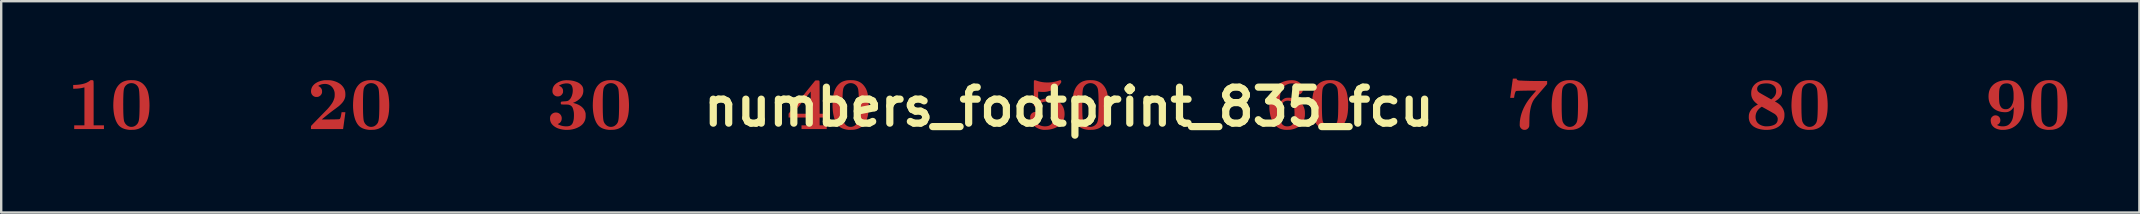
<source format=kicad_pcb>
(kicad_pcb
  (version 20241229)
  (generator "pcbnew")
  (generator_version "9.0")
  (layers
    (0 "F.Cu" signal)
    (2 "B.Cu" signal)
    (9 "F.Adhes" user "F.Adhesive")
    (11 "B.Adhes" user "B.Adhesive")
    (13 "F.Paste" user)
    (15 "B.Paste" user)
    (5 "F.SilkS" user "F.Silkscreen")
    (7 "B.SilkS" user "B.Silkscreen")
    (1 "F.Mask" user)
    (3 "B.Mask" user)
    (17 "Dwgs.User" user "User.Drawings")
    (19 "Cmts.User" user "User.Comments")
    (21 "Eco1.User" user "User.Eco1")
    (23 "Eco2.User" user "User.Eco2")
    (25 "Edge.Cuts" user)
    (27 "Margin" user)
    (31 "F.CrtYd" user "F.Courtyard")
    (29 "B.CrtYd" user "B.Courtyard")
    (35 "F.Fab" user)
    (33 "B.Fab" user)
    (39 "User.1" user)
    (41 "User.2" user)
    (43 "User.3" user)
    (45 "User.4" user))
  (footprint "numbers_footprint_835_fcu"
    (layer "F.Cu")
    (at 41.495 1.404)
    (property "Reference" "numbers_footprint_835_fcu" (at 0 0 0) (layer "F.SilkS") (effects (font (size 1.5 1.5) (thickness 0.3))))
    (attr board_only exclude_from_pos_files exclude_from_bom)
    (fp_poly (pts (xy -40.725 -1.115) (xy -40.707 -1.114) (xy -40.694 -1.113) (xy -40.685 -1.111) (xy -40.677 -1.108) (xy -40.67 -1.104) (xy -40.667 -1.102) (xy -40.664 -1.101) (xy -40.662 -1.1) (xy -40.66 -1.099) (xy -40.658 -1.097) (xy -40.656 -1.095) (xy -40.654 -1.092) (xy -40.652 -1.088) (xy -40.651 -1.083) (xy -40.65 -1.076) (xy -40.648 -1.067) (xy -40.647 -1.055) (xy -40.646 -1.041) (xy -40.646 -1.025) (xy -40.645 -1.005) (xy -40.644 -0.982) (xy -40.644 -0.955) (xy -40.644 -0.924) (xy -40.643 -0.889) (xy -40.643 -0.85) (xy -40.643 -0.806) (xy -40.643 -0.757) (xy -40.643 -0.702) (xy -40.643 -0.642) (xy -40.643 -0.577) (xy -40.643 -0.505) (xy -40.643 -0.427) (xy -40.643 -0.342) (xy -40.643 -0.25) (xy -40.643 -0.151) (xy -40.643 -0.15) (xy -40.643 0.768) (xy -40.428 0.768) (xy -40.213 0.768) (xy -40.213 0.846) (xy -40.213 0.925) (xy -40.833 0.925) (xy -41.453 0.925) (xy -41.453 0.846) (xy -41.453 0.768) (xy -41.24 0.768) (xy -41.027 0.768) (xy -41.027 -0.023) (xy -41.027 -0.814) (xy -41.036 -0.811) (xy -41.099 -0.795) (xy -41.16 -0.782) (xy -41.223 -0.772) (xy -41.288 -0.765) (xy -41.357 -0.76) (xy -41.411 -0.758) (xy -41.495 -0.755) (xy -41.495 -0.834) (xy -41.495 -0.913) (xy -41.43 -0.915) (xy -41.343 -0.92) (xy -41.263 -0.927) (xy -41.189 -0.937) (xy -41.12 -0.95) (xy -41.056 -0.966) (xy -40.997 -0.984) (xy -40.942 -1.006) (xy -40.89 -1.032) (xy -40.841 -1.061) (xy -40.796 -1.093) (xy -40.766 -1.116)) (stroke (width 0) (type solid)) (fill yes) (layer "F.Cu"))
    (fp_poly (pts (xy -10.44 -1.103) (xy -10.431 -1.102) (xy -10.425 -1.101) (xy -10.42 -1.099) (xy -10.416 -1.097) (xy -10.406 -1.088) (xy -10.398 -1.078) (xy -10.398 -1.077) (xy -10.397 -1.075) (xy -10.396 -1.073) (xy -10.395 -1.07) (xy -10.395 -1.065) (xy -10.394 -1.059) (xy -10.394 -1.051) (xy -10.393 -1.041) (xy -10.393 -1.028) (xy -10.392 -1.012) (xy -10.392 -0.993) (xy -10.392 -0.971) (xy -10.391 -0.945) (xy -10.391 -0.914) (xy -10.391 -0.879) (xy -10.391 -0.839) (xy -10.391 -0.794) (xy -10.391 -0.744) (xy -10.39 -0.688) (xy -10.39 -0.625) (xy -10.39 -0.556) (xy -10.39 -0.481) (xy -10.39 -0.398) (xy -10.39 -0.39) (xy -10.389 0.286) (xy -10.241 0.286) (xy -10.094 0.286) (xy -10.094 0.364) (xy -10.094 0.443) (xy -10.241 0.443) (xy -10.389 0.443) (xy -10.389 0.605) (xy -10.389 0.768) (xy -10.241 0.768) (xy -10.094 0.768) (xy -10.094 0.846) (xy -10.094 0.925) (xy -10.619 0.925) (xy -11.144 0.925) (xy -11.144 0.846) (xy -11.144 0.768) (xy -10.968 0.768) (xy -10.793 0.768) (xy -10.793 0.605) (xy -10.793 0.443) (xy -11.237 0.443) (xy -11.682 0.443) (xy -11.682 0.363) (xy -11.682 0.283) (xy -11.68 0.281) (xy -11.5 0.281) (xy -11.499 0.282) (xy -11.495 0.283) (xy -11.487 0.283) (xy -11.475 0.284) (xy -11.458 0.284) (xy -11.437 0.285) (xy -11.411 0.285) (xy -11.379 0.285) (xy -11.342 0.286) (xy -11.299 0.286) (xy -11.249 0.286) (xy -11.192 0.286) (xy -11.131 0.286) (xy -10.759 0.286) (xy -10.759 -0.178) (xy -10.759 -0.247) (xy -10.759 -0.308) (xy -10.759 -0.363) (xy -10.759 -0.411) (xy -10.759 -0.454) (xy -10.759 -0.49) (xy -10.759 -0.522) (xy -10.76 -0.549) (xy -10.76 -0.571) (xy -10.76 -0.589) (xy -10.76 -0.604) (xy -10.761 -0.615) (xy -10.761 -0.624) (xy -10.762 -0.63) (xy -10.763 -0.634) (xy -10.763 -0.636) (xy -10.764 -0.636) (xy -10.765 -0.636) (xy -10.766 -0.635) (xy -10.769 -0.631) (xy -10.776 -0.622) (xy -10.788 -0.608) (xy -10.803 -0.589) (xy -10.822 -0.566) (xy -10.843 -0.539) (xy -10.868 -0.509) (xy -10.895 -0.475) (xy -10.924 -0.439) (xy -10.955 -0.4) (xy -10.988 -0.359) (xy -11.022 -0.317) (xy -11.057 -0.273) (xy -11.092 -0.229) (xy -11.128 -0.184) (xy -11.164 -0.139) (xy -11.2 -0.094) (xy -11.235 -0.051) (xy -11.269 -0.008) (xy -11.302 0.033) (xy -11.334 0.073) (xy -11.364 0.11) (xy -11.391 0.145) (xy -11.416 0.176) (xy -11.439 0.204) (xy -11.458 0.229) (xy -11.475 0.249) (xy -11.487 0.265) (xy -11.495 0.275) (xy -11.5 0.281) (xy -11.5 0.281) (xy -11.68 0.281) (xy -11.132 -0.403) (xy -11.082 -0.466) (xy -11.033 -0.527) (xy -10.985 -0.587) (xy -10.939 -0.645) (xy -10.894 -0.7) (xy -10.852 -0.753) (xy -10.811 -0.803) (xy -10.773 -0.85) (xy -10.738 -0.894) (xy -10.706 -0.934) (xy -10.676 -0.97) (xy -10.65 -1.002) (xy -10.627 -1.03) (xy -10.608 -1.054) (xy -10.593 -1.072) (xy -10.582 -1.085) (xy -10.575 -1.093) (xy -10.573 -1.096) (xy -10.568 -1.098) (xy -10.562 -1.1) (xy -10.553 -1.101) (xy -10.539 -1.102) (xy -10.52 -1.103) (xy -10.496 -1.103) (xy -10.471 -1.104) (xy -10.453 -1.104)) (stroke (width 0) (type solid)) (fill yes) (layer "F.Cu"))
    (fp_poly (pts (xy 18.658 -1.169) (xy 18.661 -1.151) (xy 18.672 -1.135) (xy 18.69 -1.121) (xy 18.715 -1.109) (xy 18.719 -1.108) (xy 18.727 -1.105) (xy 18.735 -1.103) (xy 18.745 -1.102) (xy 18.758 -1.1) (xy 18.774 -1.099) (xy 18.796 -1.097) (xy 18.822 -1.096) (xy 18.856 -1.095) (xy 18.856 -1.095) (xy 18.932 -1.091) (xy 19.003 -1.088) (xy 19.069 -1.086) (xy 19.133 -1.084) (xy 19.195 -1.082) (xy 19.257 -1.081) (xy 19.319 -1.08) (xy 19.384 -1.079) (xy 19.452 -1.078) (xy 19.525 -1.078) (xy 19.604 -1.078) (xy 19.613 -1.078) (xy 19.928 -1.078) (xy 19.928 -1.017) (xy 19.928 -0.994) (xy 19.928 -0.977) (xy 19.927 -0.965) (xy 19.926 -0.957) (xy 19.924 -0.951) (xy 19.921 -0.946) (xy 19.919 -0.943) (xy 19.916 -0.938) (xy 19.908 -0.929) (xy 19.895 -0.914) (xy 19.879 -0.895) (xy 19.859 -0.872) (xy 19.836 -0.845) (xy 19.811 -0.815) (xy 19.782 -0.782) (xy 19.752 -0.747) (xy 19.72 -0.71) (xy 19.686 -0.671) (xy 19.668 -0.65) (xy 19.634 -0.61) (xy 19.6 -0.571) (xy 19.568 -0.534) (xy 19.537 -0.498) (xy 19.509 -0.465) (xy 19.483 -0.435) (xy 19.46 -0.408) (xy 19.44 -0.385) (xy 19.424 -0.366) (xy 19.412 -0.351) (xy 19.404 -0.341) (xy 19.403 -0.339) (xy 19.366 -0.285) (xy 19.332 -0.225) (xy 19.303 -0.159) (xy 19.276 -0.088) (xy 19.253 -0.01) (xy 19.234 0.074) (xy 19.218 0.164) (xy 19.205 0.26) (xy 19.196 0.362) (xy 19.195 0.378) (xy 19.194 0.399) (xy 19.193 0.426) (xy 19.192 0.458) (xy 19.191 0.493) (xy 19.19 0.53) (xy 19.189 0.569) (xy 19.188 0.607) (xy 19.188 0.652) (xy 19.187 0.69) (xy 19.186 0.722) (xy 19.185 0.748) (xy 19.185 0.769) (xy 19.184 0.785) (xy 19.183 0.798) (xy 19.181 0.807) (xy 19.18 0.814) (xy 19.18 0.815) (xy 19.166 0.85) (xy 19.146 0.881) (xy 19.121 0.908) (xy 19.092 0.93) (xy 19.06 0.946) (xy 19.041 0.953) (xy 19.022 0.956) (xy 18.999 0.958) (xy 18.975 0.958) (xy 18.952 0.956) (xy 18.934 0.953) (xy 18.933 0.953) (xy 18.9 0.94) (xy 18.869 0.921) (xy 18.842 0.896) (xy 18.818 0.868) (xy 18.801 0.836) (xy 18.789 0.802) (xy 18.788 0.799) (xy 18.787 0.786) (xy 18.786 0.766) (xy 18.785 0.743) (xy 18.786 0.715) (xy 18.787 0.686) (xy 18.788 0.655) (xy 18.79 0.625) (xy 18.792 0.597) (xy 18.794 0.581) (xy 18.811 0.472) (xy 18.835 0.363) (xy 18.867 0.255) (xy 18.906 0.149) (xy 18.952 0.043) (xy 19.006 -0.061) (xy 19.066 -0.164) (xy 19.134 -0.266) (xy 19.153 -0.291) (xy 19.165 -0.308) (xy 19.177 -0.324) (xy 19.189 -0.34) (xy 19.201 -0.356) (xy 19.215 -0.373) (xy 19.23 -0.391) (xy 19.247 -0.412) (xy 19.266 -0.436) (xy 19.289 -0.463) (xy 19.316 -0.494) (xy 19.347 -0.53) (xy 19.355 -0.541) (xy 19.472 -0.678) (xy 19.279 -0.678) (xy 19.206 -0.678) (xy 19.136 -0.678) (xy 19.069 -0.677) (xy 19.005 -0.676) (xy 18.945 -0.675) (xy 18.889 -0.674) (xy 18.837 -0.673) (xy 18.79 -0.671) (xy 18.749 -0.67) (xy 18.713 -0.668) (xy 18.683 -0.666) (xy 18.66 -0.664) (xy 18.643 -0.662) (xy 18.633 -0.659) (xy 18.624 -0.652) (xy 18.614 -0.639) (xy 18.605 -0.619) (xy 18.595 -0.594) (xy 18.586 -0.564) (xy 18.577 -0.53) (xy 18.569 -0.493) (xy 18.561 -0.454) (xy 18.557 -0.422) (xy 18.555 -0.407) (xy 18.554 -0.395) (xy 18.552 -0.387) (xy 18.548 -0.381) (xy 18.542 -0.378) (xy 18.532 -0.376) (xy 18.518 -0.375) (xy 18.499 -0.375) (xy 18.473 -0.376) (xy 18.469 -0.376) (xy 18.388 -0.376) (xy 18.39 -0.388) (xy 18.391 -0.393) (xy 18.393 -0.405) (xy 18.395 -0.424) (xy 18.399 -0.448) (xy 18.403 -0.478) (xy 18.408 -0.513) (xy 18.413 -0.552) (xy 18.419 -0.595) (xy 18.425 -0.641) (xy 18.432 -0.69) (xy 18.439 -0.742) (xy 18.445 -0.785) (xy 18.452 -0.837) (xy 18.459 -0.888) (xy 18.466 -0.936) (xy 18.472 -0.982) (xy 18.477 -1.023) (xy 18.483 -1.061) (xy 18.487 -1.094) (xy 18.491 -1.122) (xy 18.494 -1.145) (xy 18.497 -1.161) (xy 18.498 -1.171) (xy 18.499 -1.174) (xy 18.501 -1.176) (xy 18.508 -1.177) (xy 18.519 -1.178) (xy 18.536 -1.179) (xy 18.56 -1.179) (xy 18.579 -1.179) (xy 18.658 -1.179)) (stroke (width 0) (type solid)) (fill yes) (layer "F.Cu"))
    (fp_poly (pts (xy -39.026 -1.113) (xy -38.991 -1.112) (xy -38.96 -1.111) (xy -38.933 -1.108) (xy -38.92 -1.107) (xy -38.87 -1.098) (xy -38.826 -1.087) (xy -38.784 -1.074) (xy -38.744 -1.059) (xy -38.713 -1.044) (xy -38.663 -1.017) (xy -38.618 -0.986) (xy -38.575 -0.949) (xy -38.568 -0.942) (xy -38.519 -0.889) (xy -38.476 -0.831) (xy -38.439 -0.768) (xy -38.408 -0.702) (xy -38.39 -0.654) (xy -38.373 -0.595) (xy -38.358 -0.529) (xy -38.345 -0.458) (xy -38.334 -0.383) (xy -38.326 -0.304) (xy -38.32 -0.222) (xy -38.316 -0.138) (xy -38.315 -0.052) (xy -38.317 0.033) (xy -38.321 0.118) (xy -38.328 0.201) (xy -38.334 0.248) (xy -38.347 0.332) (xy -38.364 0.412) (xy -38.385 0.486) (xy -38.411 0.555) (xy -38.44 0.619) (xy -38.474 0.677) (xy -38.507 0.725) (xy -38.55 0.774) (xy -38.598 0.817) (xy -38.651 0.855) (xy -38.708 0.886) (xy -38.771 0.913) (xy -38.838 0.933) (xy -38.91 0.948) (xy -38.916 0.949) (xy -38.931 0.951) (xy -38.951 0.952) (xy -38.976 0.954) (xy -39.004 0.955) (xy -39.034 0.956) (xy -39.064 0.957) (xy -39.093 0.957) (xy -39.12 0.957) (xy -39.143 0.957) (xy -39.161 0.957) (xy -39.169 0.956) (xy -39.242 0.946) (xy -39.31 0.932) (xy -39.372 0.914) (xy -39.428 0.892) (xy -39.48 0.865) (xy -39.527 0.834) (xy -39.57 0.798) (xy -39.582 0.787) (xy -39.618 0.745) (xy -39.652 0.697) (xy -39.683 0.643) (xy -39.712 0.583) (xy -39.737 0.518) (xy -39.759 0.447) (xy -39.779 0.372) (xy -39.795 0.292) (xy -39.807 0.209) (xy -39.816 0.122) (xy -39.822 0.033) (xy -39.824 -0.06) (xy -39.823 -0.108) (xy -39.41 -0.108) (xy -39.409 -0.014) (xy -39.409 0.073) (xy -39.407 0.153) (xy -39.406 0.226) (xy -39.404 0.292) (xy -39.401 0.352) (xy -39.398 0.407) (xy -39.394 0.455) (xy -39.39 0.497) (xy -39.385 0.534) (xy -39.38 0.566) (xy -39.374 0.593) (xy -39.374 0.594) (xy -39.368 0.612) (xy -39.358 0.634) (xy -39.347 0.657) (xy -39.335 0.679) (xy -39.323 0.697) (xy -39.322 0.699) (xy -39.289 0.737) (xy -39.253 0.77) (xy -39.213 0.796) (xy -39.172 0.815) (xy -39.128 0.828) (xy -39.084 0.834) (xy -39.038 0.832) (xy -39.02 0.829) (xy -38.975 0.819) (xy -38.935 0.802) (xy -38.897 0.779) (xy -38.861 0.749) (xy -38.849 0.738) (xy -38.834 0.721) (xy -38.82 0.705) (xy -38.807 0.687) (xy -38.796 0.669) (xy -38.786 0.648) (xy -38.777 0.626) (xy -38.769 0.601) (xy -38.762 0.574) (xy -38.756 0.543) (xy -38.751 0.508) (xy -38.746 0.469) (xy -38.742 0.426) (xy -38.739 0.377) (xy -38.736 0.323) (xy -38.734 0.263) (xy -38.732 0.196) (xy -38.73 0.123) (xy -38.73 0.081) (xy -38.728 0.001) (xy -38.728 -0.078) (xy -38.728 -0.157) (xy -38.728 -0.233) (xy -38.729 -0.307) (xy -38.731 -0.377) (xy -38.733 -0.444) (xy -38.736 -0.506) (xy -38.739 -0.562) (xy -38.742 -0.612) (xy -38.746 -0.656) (xy -38.747 -0.658) (xy -38.751 -0.695) (xy -38.756 -0.726) (xy -38.761 -0.752) (xy -38.767 -0.775) (xy -38.775 -0.796) (xy -38.785 -0.817) (xy -38.785 -0.818) (xy -38.809 -0.859) (xy -38.838 -0.894) (xy -38.872 -0.925) (xy -38.912 -0.95) (xy -38.922 -0.955) (xy -38.955 -0.97) (xy -38.985 -0.98) (xy -39.015 -0.986) (xy -39.048 -0.989) (xy -39.064 -0.99) (xy -39.104 -0.988) (xy -39.14 -0.983) (xy -39.175 -0.973) (xy -39.19 -0.967) (xy -39.233 -0.946) (xy -39.272 -0.919) (xy -39.306 -0.887) (xy -39.335 -0.852) (xy -39.357 -0.812) (xy -39.374 -0.769) (xy -39.377 -0.756) (xy -39.383 -0.731) (xy -39.388 -0.701) (xy -39.392 -0.666) (xy -39.396 -0.627) (xy -39.399 -0.583) (xy -39.402 -0.533) (xy -39.404 -0.478) (xy -39.406 -0.416) (xy -39.408 -0.349) (xy -39.409 -0.274) (xy -39.409 -0.193) (xy -39.41 -0.108) (xy -39.823 -0.108) (xy -39.822 -0.155) (xy -39.821 -0.187) (xy -39.815 -0.278) (xy -39.807 -0.362) (xy -39.797 -0.439) (xy -39.784 -0.511) (xy -39.769 -0.578) (xy -39.751 -0.639) (xy -39.731 -0.696) (xy -39.707 -0.749) (xy -39.681 -0.799) (xy -39.651 -0.845) (xy -39.64 -0.861) (xy -39.598 -0.912) (xy -39.553 -0.957) (xy -39.506 -0.996) (xy -39.454 -1.029) (xy -39.398 -1.057) (xy -39.337 -1.079) (xy -39.272 -1.097) (xy -39.219 -1.107) (xy -39.196 -1.109) (xy -39.168 -1.111) (xy -39.135 -1.113) (xy -39.099 -1.114) (xy -39.062 -1.114)) (stroke (width 0) (type solid)) (fill yes) (layer "F.Cu"))
    (fp_poly (pts (xy -29.035 -1.113) (xy -29 -1.112) (xy -28.968 -1.111) (xy -28.942 -1.108) (xy -28.929 -1.107) (xy -28.879 -1.098) (xy -28.835 -1.087) (xy -28.793 -1.074) (xy -28.753 -1.059) (xy -28.722 -1.044) (xy -28.672 -1.017) (xy -28.627 -0.986) (xy -28.584 -0.949) (xy -28.577 -0.942) (xy -28.528 -0.889) (xy -28.485 -0.831) (xy -28.448 -0.768) (xy -28.417 -0.702) (xy -28.399 -0.654) (xy -28.382 -0.595) (xy -28.366 -0.529) (xy -28.353 -0.458) (xy -28.343 -0.383) (xy -28.335 -0.304) (xy -28.329 -0.222) (xy -28.325 -0.138) (xy -28.324 -0.052) (xy -28.326 0.033) (xy -28.33 0.118) (xy -28.337 0.201) (xy -28.343 0.248) (xy -28.355 0.332) (xy -28.373 0.412) (xy -28.394 0.486) (xy -28.42 0.555) (xy -28.449 0.619) (xy -28.483 0.677) (xy -28.516 0.725) (xy -28.559 0.774) (xy -28.607 0.817) (xy -28.66 0.855) (xy -28.717 0.886) (xy -28.78 0.913) (xy -28.847 0.933) (xy -28.919 0.948) (xy -28.925 0.949) (xy -28.939 0.951) (xy -28.96 0.952) (xy -28.984 0.954) (xy -29.013 0.955) (xy -29.042 0.956) (xy -29.073 0.957) (xy -29.102 0.957) (xy -29.129 0.957) (xy -29.152 0.957) (xy -29.17 0.957) (xy -29.177 0.956) (xy -29.251 0.946) (xy -29.319 0.932) (xy -29.38 0.914) (xy -29.437 0.892) (xy -29.489 0.865) (xy -29.536 0.834) (xy -29.579 0.798) (xy -29.59 0.787) (xy -29.627 0.745) (xy -29.661 0.697) (xy -29.692 0.643) (xy -29.721 0.583) (xy -29.746 0.518) (xy -29.768 0.447) (xy -29.787 0.372) (xy -29.803 0.292) (xy -29.816 0.209) (xy -29.825 0.122) (xy -29.831 0.033) (xy -29.833 -0.06) (xy -29.832 -0.108) (xy -29.418 -0.108) (xy -29.418 -0.014) (xy -29.418 0.073) (xy -29.416 0.153) (xy -29.415 0.226) (xy -29.413 0.292) (xy -29.41 0.352) (xy -29.407 0.407) (xy -29.403 0.455) (xy -29.399 0.497) (xy -29.394 0.534) (xy -29.389 0.566) (xy -29.383 0.593) (xy -29.383 0.594) (xy -29.376 0.612) (xy -29.367 0.634) (xy -29.356 0.657) (xy -29.344 0.679) (xy -29.332 0.697) (xy -29.331 0.699) (xy -29.298 0.737) (xy -29.261 0.77) (xy -29.222 0.796) (xy -29.181 0.815) (xy -29.137 0.828) (xy -29.093 0.834) (xy -29.047 0.832) (xy -29.029 0.829) (xy -28.984 0.819) (xy -28.944 0.802) (xy -28.906 0.779) (xy -28.87 0.749) (xy -28.858 0.738) (xy -28.843 0.721) (xy -28.829 0.705) (xy -28.816 0.687) (xy -28.805 0.669) (xy -28.794 0.648) (xy -28.786 0.626) (xy -28.778 0.601) (xy -28.771 0.574) (xy -28.765 0.543) (xy -28.759 0.508) (xy -28.755 0.469) (xy -28.751 0.426) (xy -28.748 0.377) (xy -28.745 0.323) (xy -28.743 0.263) (xy -28.741 0.196) (xy -28.739 0.123) (xy -28.738 0.081) (xy -28.737 0.001) (xy -28.737 -0.078) (xy -28.737 -0.157) (xy -28.737 -0.233) (xy -28.738 -0.307) (xy -28.74 -0.377) (xy -28.742 -0.444) (xy -28.745 -0.506) (xy -28.748 -0.562) (xy -28.751 -0.612) (xy -28.755 -0.656) (xy -28.755 -0.658) (xy -28.76 -0.695) (xy -28.765 -0.726) (xy -28.77 -0.752) (xy -28.776 -0.775) (xy -28.784 -0.796) (xy -28.793 -0.817) (xy -28.794 -0.818) (xy -28.818 -0.859) (xy -28.847 -0.894) (xy -28.881 -0.925) (xy -28.921 -0.95) (xy -28.931 -0.955) (xy -28.964 -0.97) (xy -28.994 -0.98) (xy -29.024 -0.986) (xy -29.057 -0.989) (xy -29.073 -0.99) (xy -29.113 -0.988) (xy -29.149 -0.983) (xy -29.183 -0.973) (xy -29.199 -0.967) (xy -29.242 -0.946) (xy -29.281 -0.919) (xy -29.315 -0.887) (xy -29.344 -0.852) (xy -29.366 -0.812) (xy -29.383 -0.769) (xy -29.386 -0.756) (xy -29.392 -0.731) (xy -29.396 -0.701) (xy -29.401 -0.666) (xy -29.405 -0.627) (xy -29.408 -0.583) (xy -29.411 -0.533) (xy -29.413 -0.478) (xy -29.415 -0.416) (xy -29.417 -0.349) (xy -29.418 -0.274) (xy -29.418 -0.193) (xy -29.418 -0.108) (xy -29.832 -0.108) (xy -29.831 -0.155) (xy -29.83 -0.187) (xy -29.824 -0.278) (xy -29.816 -0.362) (xy -29.806 -0.439) (xy -29.793 -0.511) (xy -29.778 -0.578) (xy -29.76 -0.639) (xy -29.74 -0.696) (xy -29.716 -0.749) (xy -29.69 -0.799) (xy -29.66 -0.845) (xy -29.649 -0.861) (xy -29.607 -0.912) (xy -29.562 -0.957) (xy -29.514 -0.996) (xy -29.463 -1.029) (xy -29.407 -1.057) (xy -29.346 -1.079) (xy -29.281 -1.097) (xy -29.228 -1.107) (xy -29.205 -1.109) (xy -29.177 -1.111) (xy -29.144 -1.113) (xy -29.108 -1.114) (xy -29.071 -1.114)) (stroke (width 0) (type solid)) (fill yes) (layer "F.Cu"))
    (fp_poly (pts (xy -19.044 -1.113) (xy -19.009 -1.112) (xy -18.977 -1.111) (xy -18.951 -1.108) (xy -18.938 -1.107) (xy -18.888 -1.098) (xy -18.844 -1.087) (xy -18.802 -1.074) (xy -18.762 -1.059) (xy -18.731 -1.044) (xy -18.681 -1.017) (xy -18.636 -0.986) (xy -18.593 -0.949) (xy -18.586 -0.942) (xy -18.537 -0.889) (xy -18.494 -0.831) (xy -18.457 -0.768) (xy -18.426 -0.702) (xy -18.408 -0.654) (xy -18.39 -0.595) (xy -18.375 -0.529) (xy -18.362 -0.458) (xy -18.352 -0.383) (xy -18.343 -0.304) (xy -18.338 -0.222) (xy -18.334 -0.138) (xy -18.333 -0.052) (xy -18.335 0.033) (xy -18.339 0.118) (xy -18.346 0.201) (xy -18.352 0.248) (xy -18.364 0.332) (xy -18.382 0.412) (xy -18.403 0.486) (xy -18.429 0.555) (xy -18.458 0.619) (xy -18.492 0.677) (xy -18.525 0.725) (xy -18.568 0.774) (xy -18.616 0.817) (xy -18.669 0.855) (xy -18.726 0.886) (xy -18.788 0.913) (xy -18.856 0.933) (xy -18.928 0.948) (xy -18.934 0.949) (xy -18.948 0.951) (xy -18.969 0.952) (xy -18.993 0.954) (xy -19.021 0.955) (xy -19.051 0.956) (xy -19.082 0.957) (xy -19.111 0.957) (xy -19.138 0.957) (xy -19.161 0.957) (xy -19.179 0.957) (xy -19.186 0.956) (xy -19.26 0.946) (xy -19.327 0.932) (xy -19.389 0.914) (xy -19.446 0.892) (xy -19.498 0.865) (xy -19.545 0.834) (xy -19.588 0.798) (xy -19.599 0.787) (xy -19.636 0.745) (xy -19.67 0.697) (xy -19.701 0.643) (xy -19.729 0.583) (xy -19.755 0.518) (xy -19.777 0.447) (xy -19.796 0.372) (xy -19.812 0.292) (xy -19.825 0.209) (xy -19.834 0.122) (xy -19.84 0.033) (xy -19.842 -0.06) (xy -19.841 -0.108) (xy -19.427 -0.108) (xy -19.427 -0.014) (xy -19.426 0.073) (xy -19.425 0.153) (xy -19.424 0.226) (xy -19.421 0.292) (xy -19.419 0.352) (xy -19.416 0.407) (xy -19.412 0.455) (xy -19.408 0.497) (xy -19.403 0.534) (xy -19.397 0.566) (xy -19.392 0.593) (xy -19.391 0.594) (xy -19.385 0.612) (xy -19.376 0.634) (xy -19.365 0.657) (xy -19.353 0.679) (xy -19.341 0.697) (xy -19.339 0.699) (xy -19.307 0.737) (xy -19.27 0.77) (xy -19.231 0.796) (xy -19.19 0.815) (xy -19.146 0.828) (xy -19.101 0.834) (xy -19.056 0.832) (xy -19.037 0.829) (xy -18.993 0.819) (xy -18.953 0.802) (xy -18.915 0.779) (xy -18.879 0.749) (xy -18.867 0.738) (xy -18.851 0.721) (xy -18.837 0.705) (xy -18.825 0.687) (xy -18.813 0.669) (xy -18.803 0.648) (xy -18.794 0.626) (xy -18.786 0.601) (xy -18.78 0.574) (xy -18.774 0.543) (xy -18.768 0.508) (xy -18.764 0.469) (xy -18.76 0.426) (xy -18.757 0.377) (xy -18.754 0.323) (xy -18.752 0.263) (xy -18.75 0.196) (xy -18.748 0.123) (xy -18.747 0.081) (xy -18.746 0.001) (xy -18.746 -0.078) (xy -18.746 -0.157) (xy -18.746 -0.233) (xy -18.747 -0.307) (xy -18.749 -0.377) (xy -18.751 -0.444) (xy -18.753 -0.506) (xy -18.757 -0.562) (xy -18.76 -0.612) (xy -18.764 -0.656) (xy -18.764 -0.658) (xy -18.769 -0.695) (xy -18.773 -0.726) (xy -18.779 -0.752) (xy -18.785 -0.775) (xy -18.793 -0.796) (xy -18.802 -0.817) (xy -18.803 -0.818) (xy -18.827 -0.859) (xy -18.856 -0.894) (xy -18.89 -0.925) (xy -18.93 -0.95) (xy -18.94 -0.955) (xy -18.973 -0.97) (xy -19.003 -0.98) (xy -19.033 -0.986) (xy -19.066 -0.989) (xy -19.082 -0.99) (xy -19.122 -0.988) (xy -19.158 -0.983) (xy -19.192 -0.973) (xy -19.208 -0.967) (xy -19.251 -0.946) (xy -19.29 -0.919) (xy -19.324 -0.887) (xy -19.352 -0.852) (xy -19.375 -0.812) (xy -19.392 -0.769) (xy -19.395 -0.756) (xy -19.4 -0.731) (xy -19.405 -0.701) (xy -19.41 -0.666) (xy -19.414 -0.627) (xy -19.417 -0.583) (xy -19.42 -0.533) (xy -19.422 -0.478) (xy -19.424 -0.416) (xy -19.426 -0.349) (xy -19.427 -0.274) (xy -19.427 -0.193) (xy -19.427 -0.108) (xy -19.841 -0.108) (xy -19.84 -0.155) (xy -19.839 -0.187) (xy -19.833 -0.278) (xy -19.825 -0.362) (xy -19.815 -0.439) (xy -19.802 -0.511) (xy -19.787 -0.578) (xy -19.769 -0.639) (xy -19.748 -0.696) (xy -19.725 -0.749) (xy -19.698 -0.799) (xy -19.669 -0.845) (xy -19.657 -0.861) (xy -19.616 -0.912) (xy -19.571 -0.957) (xy -19.523 -0.996) (xy -19.472 -1.029) (xy -19.416 -1.057) (xy -19.355 -1.079) (xy -19.29 -1.097) (xy -19.237 -1.107) (xy -19.214 -1.109) (xy -19.186 -1.111) (xy -19.153 -1.113) (xy -19.117 -1.114) (xy -19.08 -1.114)) (stroke (width 0) (type solid)) (fill yes) (layer "F.Cu"))
    (fp_poly (pts (xy -9.052 -1.113) (xy -9.018 -1.112) (xy -8.986 -1.111) (xy -8.96 -1.108) (xy -8.947 -1.107) (xy -8.897 -1.098) (xy -8.852 -1.087) (xy -8.811 -1.074) (xy -8.771 -1.059) (xy -8.739 -1.044) (xy -8.69 -1.017) (xy -8.645 -0.986) (xy -8.602 -0.949) (xy -8.594 -0.942) (xy -8.546 -0.889) (xy -8.503 -0.831) (xy -8.465 -0.768) (xy -8.434 -0.702) (xy -8.417 -0.654) (xy -8.399 -0.595) (xy -8.384 -0.529) (xy -8.371 -0.458) (xy -8.361 -0.383) (xy -8.352 -0.304) (xy -8.346 -0.222) (xy -8.343 -0.138) (xy -8.342 -0.052) (xy -8.344 0.033) (xy -8.348 0.118) (xy -8.355 0.201) (xy -8.36 0.248) (xy -8.373 0.332) (xy -8.39 0.412) (xy -8.412 0.486) (xy -8.437 0.555) (xy -8.467 0.619) (xy -8.5 0.677) (xy -8.534 0.725) (xy -8.577 0.774) (xy -8.625 0.817) (xy -8.678 0.855) (xy -8.735 0.886) (xy -8.797 0.913) (xy -8.864 0.933) (xy -8.936 0.948) (xy -8.943 0.949) (xy -8.957 0.951) (xy -8.977 0.952) (xy -9.002 0.954) (xy -9.03 0.955) (xy -9.06 0.956) (xy -9.091 0.957) (xy -9.12 0.957) (xy -9.147 0.957) (xy -9.17 0.957) (xy -9.188 0.957) (xy -9.195 0.956) (xy -9.269 0.946) (xy -9.336 0.932) (xy -9.398 0.914) (xy -9.455 0.892) (xy -9.506 0.865) (xy -9.554 0.834) (xy -9.597 0.798) (xy -9.608 0.787) (xy -9.645 0.745) (xy -9.679 0.697) (xy -9.71 0.643) (xy -9.738 0.583) (xy -9.764 0.518) (xy -9.786 0.447) (xy -9.805 0.372) (xy -9.821 0.292) (xy -9.834 0.209) (xy -9.843 0.122) (xy -9.849 0.033) (xy -9.851 -0.06) (xy -9.85 -0.108) (xy -9.436 -0.108) (xy -9.436 -0.014) (xy -9.435 0.073) (xy -9.434 0.153) (xy -9.432 0.226) (xy -9.43 0.292) (xy -9.428 0.352) (xy -9.424 0.407) (xy -9.421 0.455) (xy -9.417 0.497) (xy -9.412 0.534) (xy -9.406 0.566) (xy -9.4 0.593) (xy -9.4 0.594) (xy -9.394 0.612) (xy -9.385 0.634) (xy -9.374 0.657) (xy -9.362 0.679) (xy -9.35 0.697) (xy -9.348 0.699) (xy -9.315 0.737) (xy -9.279 0.77) (xy -9.24 0.796) (xy -9.199 0.815) (xy -9.155 0.828) (xy -9.11 0.834) (xy -9.065 0.832) (xy -9.046 0.829) (xy -9.002 0.819) (xy -8.961 0.802) (xy -8.924 0.779) (xy -8.887 0.749) (xy -8.876 0.738) (xy -8.86 0.721) (xy -8.846 0.705) (xy -8.834 0.687) (xy -8.822 0.669) (xy -8.812 0.648) (xy -8.803 0.626) (xy -8.795 0.601) (xy -8.788 0.574) (xy -8.782 0.543) (xy -8.777 0.508) (xy -8.773 0.469) (xy -8.769 0.426) (xy -8.766 0.377) (xy -8.763 0.323) (xy -8.761 0.263) (xy -8.759 0.196) (xy -8.757 0.123) (xy -8.756 0.081) (xy -8.755 0.001) (xy -8.754 -0.078) (xy -8.754 -0.157) (xy -8.755 -0.233) (xy -8.756 -0.307) (xy -8.758 -0.377) (xy -8.76 -0.444) (xy -8.762 -0.506) (xy -8.765 -0.562) (xy -8.769 -0.612) (xy -8.773 -0.656) (xy -8.773 -0.658) (xy -8.778 -0.695) (xy -8.782 -0.726) (xy -8.788 -0.752) (xy -8.794 -0.775) (xy -8.802 -0.796) (xy -8.811 -0.817) (xy -8.812 -0.818) (xy -8.836 -0.859) (xy -8.865 -0.894) (xy -8.899 -0.925) (xy -8.939 -0.95) (xy -8.949 -0.955) (xy -8.981 -0.97) (xy -9.012 -0.98) (xy -9.042 -0.986) (xy -9.075 -0.989) (xy -9.091 -0.99) (xy -9.131 -0.988) (xy -9.167 -0.983) (xy -9.201 -0.973) (xy -9.217 -0.967) (xy -9.26 -0.946) (xy -9.299 -0.919) (xy -9.333 -0.887) (xy -9.361 -0.852) (xy -9.384 -0.812) (xy -9.4 -0.769) (xy -9.404 -0.756) (xy -9.409 -0.731) (xy -9.414 -0.701) (xy -9.419 -0.666) (xy -9.423 -0.627) (xy -9.426 -0.583) (xy -9.429 -0.533) (xy -9.431 -0.478) (xy -9.433 -0.416) (xy -9.434 -0.349) (xy -9.435 -0.274) (xy -9.436 -0.193) (xy -9.436 -0.108) (xy -9.85 -0.108) (xy -9.849 -0.155) (xy -9.848 -0.187) (xy -9.842 -0.278) (xy -9.834 -0.362) (xy -9.824 -0.439) (xy -9.811 -0.511) (xy -9.796 -0.578) (xy -9.778 -0.639) (xy -9.757 -0.696) (xy -9.734 -0.749) (xy -9.707 -0.799) (xy -9.678 -0.845) (xy -9.666 -0.861) (xy -9.625 -0.912) (xy -9.58 -0.957) (xy -9.532 -0.996) (xy -9.481 -1.029) (xy -9.425 -1.057) (xy -9.364 -1.079) (xy -9.298 -1.097) (xy -9.246 -1.107) (xy -9.223 -1.109) (xy -9.195 -1.111) (xy -9.162 -1.113) (xy -9.126 -1.114) (xy -9.089 -1.114)) (stroke (width 0) (type solid)) (fill yes) (layer "F.Cu"))
    (fp_poly (pts (xy 0.939 -1.113) (xy 0.974 -1.112) (xy 1.005 -1.111) (xy 1.031 -1.108) (xy 1.044 -1.107) (xy 1.094 -1.098) (xy 1.139 -1.087) (xy 1.18 -1.074) (xy 1.22 -1.059) (xy 1.252 -1.044) (xy 1.301 -1.017) (xy 1.347 -0.986) (xy 1.389 -0.949) (xy 1.397 -0.942) (xy 1.446 -0.889) (xy 1.489 -0.831) (xy 1.526 -0.768) (xy 1.557 -0.702) (xy 1.574 -0.654) (xy 1.592 -0.595) (xy 1.607 -0.529) (xy 1.62 -0.458) (xy 1.631 -0.383) (xy 1.639 -0.304) (xy 1.645 -0.222) (xy 1.648 -0.138) (xy 1.649 -0.052) (xy 1.647 0.033) (xy 1.643 0.118) (xy 1.636 0.201) (xy 1.631 0.248) (xy 1.618 0.332) (xy 1.601 0.412) (xy 1.579 0.486) (xy 1.554 0.555) (xy 1.524 0.619) (xy 1.491 0.677) (xy 1.457 0.725) (xy 1.414 0.774) (xy 1.366 0.817) (xy 1.314 0.855) (xy 1.256 0.886) (xy 1.194 0.913) (xy 1.127 0.933) (xy 1.055 0.948) (xy 1.048 0.949) (xy 1.034 0.951) (xy 1.014 0.952) (xy 0.989 0.954) (xy 0.961 0.955) (xy 0.931 0.956) (xy 0.901 0.957) (xy 0.871 0.957) (xy 0.844 0.957) (xy 0.821 0.957) (xy 0.803 0.957) (xy 0.796 0.956) (xy 0.722 0.946) (xy 0.655 0.932) (xy 0.593 0.914) (xy 0.536 0.892) (xy 0.485 0.865) (xy 0.437 0.834) (xy 0.394 0.798) (xy 0.383 0.787) (xy 0.346 0.745) (xy 0.312 0.697) (xy 0.281 0.643) (xy 0.253 0.583) (xy 0.227 0.518) (xy 0.205 0.447) (xy 0.186 0.372) (xy 0.17 0.292) (xy 0.157 0.209) (xy 0.148 0.122) (xy 0.142 0.033) (xy 0.14 -0.06) (xy 0.141 -0.108) (xy 0.555 -0.108) (xy 0.555 -0.014) (xy 0.556 0.073) (xy 0.557 0.153) (xy 0.559 0.226) (xy 0.561 0.292) (xy 0.563 0.352) (xy 0.567 0.407) (xy 0.57 0.455) (xy 0.575 0.497) (xy 0.579 0.534) (xy 0.585 0.566) (xy 0.591 0.593) (xy 0.591 0.594) (xy 0.597 0.612) (xy 0.606 0.634) (xy 0.617 0.657) (xy 0.63 0.679) (xy 0.641 0.697) (xy 0.643 0.699) (xy 0.676 0.737) (xy 0.712 0.77) (xy 0.751 0.796) (xy 0.793 0.815) (xy 0.836 0.828) (xy 0.881 0.834) (xy 0.927 0.832) (xy 0.945 0.829) (xy 0.989 0.819) (xy 1.03 0.802) (xy 1.068 0.779) (xy 1.104 0.749) (xy 1.115 0.738) (xy 1.131 0.721) (xy 1.145 0.705) (xy 1.157 0.687) (xy 1.169 0.669) (xy 1.179 0.648) (xy 1.188 0.626) (xy 1.196 0.601) (xy 1.203 0.574) (xy 1.209 0.543) (xy 1.214 0.508) (xy 1.218 0.469) (xy 1.222 0.426) (xy 1.225 0.377) (xy 1.228 0.323) (xy 1.23 0.263) (xy 1.232 0.196) (xy 1.234 0.123) (xy 1.235 0.081) (xy 1.236 0.001) (xy 1.237 -0.078) (xy 1.237 -0.157) (xy 1.236 -0.233) (xy 1.235 -0.307) (xy 1.233 -0.377) (xy 1.231 -0.444) (xy 1.229 -0.506) (xy 1.226 -0.562) (xy 1.222 -0.612) (xy 1.218 -0.656) (xy 1.218 -0.658) (xy 1.214 -0.695) (xy 1.209 -0.726) (xy 1.203 -0.752) (xy 1.197 -0.775) (xy 1.189 -0.796) (xy 1.18 -0.817) (xy 1.179 -0.818) (xy 1.155 -0.859) (xy 1.126 -0.894) (xy 1.092 -0.925) (xy 1.052 -0.95) (xy 1.042 -0.955) (xy 1.01 -0.97) (xy 0.979 -0.98) (xy 0.949 -0.986) (xy 0.916 -0.989) (xy 0.9 -0.99) (xy 0.86 -0.988) (xy 0.824 -0.983) (xy 0.79 -0.973) (xy 0.774 -0.967) (xy 0.731 -0.946) (xy 0.692 -0.919) (xy 0.658 -0.887) (xy 0.63 -0.852) (xy 0.607 -0.812) (xy 0.591 -0.769) (xy 0.587 -0.756) (xy 0.582 -0.731) (xy 0.577 -0.701) (xy 0.572 -0.666) (xy 0.569 -0.627) (xy 0.565 -0.583) (xy 0.562 -0.533) (xy 0.56 -0.478) (xy 0.558 -0.416) (xy 0.557 -0.349) (xy 0.556 -0.274) (xy 0.555 -0.193) (xy 0.555 -0.108) (xy 0.141 -0.108) (xy 0.142 -0.155) (xy 0.143 -0.187) (xy 0.149 -0.278) (xy 0.157 -0.362) (xy 0.168 -0.439) (xy 0.18 -0.511) (xy 0.195 -0.578) (xy 0.213 -0.639) (xy 0.234 -0.696) (xy 0.257 -0.749) (xy 0.284 -0.799) (xy 0.313 -0.845) (xy 0.325 -0.861) (xy 0.366 -0.912) (xy 0.411 -0.957) (xy 0.459 -0.996) (xy 0.511 -1.029) (xy 0.566 -1.057) (xy 0.627 -1.079) (xy 0.693 -1.097) (xy 0.745 -1.107) (xy 0.768 -1.109) (xy 0.797 -1.111) (xy 0.829 -1.113) (xy 0.865 -1.114) (xy 0.902 -1.114)) (stroke (width 0) (type solid)) (fill yes) (layer "F.Cu"))
    (fp_poly (pts (xy 10.926 -1.113) (xy 10.961 -1.112) (xy 10.992 -1.111) (xy 11.019 -1.108) (xy 11.032 -1.107) (xy 11.082 -1.098) (xy 11.126 -1.087) (xy 11.167 -1.074) (xy 11.208 -1.059) (xy 11.239 -1.044) (xy 11.289 -1.017) (xy 11.334 -0.986) (xy 11.377 -0.949) (xy 11.384 -0.942) (xy 11.433 -0.889) (xy 11.476 -0.831) (xy 11.513 -0.768) (xy 11.544 -0.702) (xy 11.562 -0.654) (xy 11.579 -0.595) (xy 11.594 -0.529) (xy 11.607 -0.458) (xy 11.618 -0.383) (xy 11.626 -0.304) (xy 11.632 -0.222) (xy 11.636 -0.138) (xy 11.636 -0.052) (xy 11.635 0.033) (xy 11.63 0.118) (xy 11.623 0.201) (xy 11.618 0.248) (xy 11.605 0.332) (xy 11.588 0.412) (xy 11.567 0.486) (xy 11.541 0.555) (xy 11.511 0.619) (xy 11.478 0.677) (xy 11.444 0.725) (xy 11.401 0.774) (xy 11.354 0.817) (xy 11.301 0.855) (xy 11.244 0.886) (xy 11.181 0.913) (xy 11.114 0.933) (xy 11.042 0.948) (xy 11.035 0.949) (xy 11.021 0.951) (xy 11.001 0.952) (xy 10.976 0.954) (xy 10.948 0.955) (xy 10.918 0.956) (xy 10.888 0.957) (xy 10.859 0.957) (xy 10.832 0.957) (xy 10.809 0.957) (xy 10.791 0.957) (xy 10.783 0.956) (xy 10.71 0.946) (xy 10.642 0.932) (xy 10.58 0.914) (xy 10.524 0.892) (xy 10.472 0.865) (xy 10.425 0.834) (xy 10.382 0.798) (xy 10.37 0.787) (xy 10.334 0.745) (xy 10.3 0.697) (xy 10.269 0.643) (xy 10.24 0.583) (xy 10.215 0.518) (xy 10.192 0.447) (xy 10.173 0.372) (xy 10.157 0.292) (xy 10.145 0.209) (xy 10.135 0.122) (xy 10.13 0.033) (xy 10.128 -0.06) (xy 10.129 -0.108) (xy 10.542 -0.108) (xy 10.542 -0.014) (xy 10.543 0.073) (xy 10.544 0.153) (xy 10.546 0.226) (xy 10.548 0.292) (xy 10.551 0.352) (xy 10.554 0.407) (xy 10.558 0.455) (xy 10.562 0.497) (xy 10.567 0.534) (xy 10.572 0.566) (xy 10.578 0.593) (xy 10.578 0.594) (xy 10.584 0.612) (xy 10.593 0.634) (xy 10.605 0.657) (xy 10.617 0.679) (xy 10.629 0.697) (xy 10.63 0.699) (xy 10.663 0.737) (xy 10.699 0.77) (xy 10.738 0.796) (xy 10.78 0.815) (xy 10.823 0.828) (xy 10.868 0.834) (xy 10.914 0.832) (xy 10.932 0.829) (xy 10.976 0.819) (xy 11.017 0.802) (xy 11.055 0.779) (xy 11.091 0.749) (xy 11.103 0.738) (xy 11.118 0.721) (xy 11.132 0.705) (xy 11.145 0.687) (xy 11.156 0.669) (xy 11.166 0.648) (xy 11.175 0.626) (xy 11.183 0.601) (xy 11.19 0.574) (xy 11.196 0.543) (xy 11.201 0.508) (xy 11.206 0.469) (xy 11.21 0.426) (xy 11.213 0.377) (xy 11.216 0.323) (xy 11.218 0.263) (xy 11.22 0.196) (xy 11.221 0.123) (xy 11.222 0.081) (xy 11.223 0.001) (xy 11.224 -0.078) (xy 11.224 -0.157) (xy 11.224 -0.233) (xy 11.222 -0.307) (xy 11.221 -0.377) (xy 11.219 -0.444) (xy 11.216 -0.506) (xy 11.213 -0.562) (xy 11.21 -0.612) (xy 11.206 -0.656) (xy 11.205 -0.658) (xy 11.201 -0.695) (xy 11.196 -0.726) (xy 11.191 -0.752) (xy 11.184 -0.775) (xy 11.177 -0.796) (xy 11.167 -0.817) (xy 11.167 -0.818) (xy 11.143 -0.859) (xy 11.114 -0.894) (xy 11.079 -0.925) (xy 11.039 -0.95) (xy 11.03 -0.955) (xy 10.997 -0.97) (xy 10.967 -0.98) (xy 10.937 -0.986) (xy 10.904 -0.989) (xy 10.888 -0.99) (xy 10.848 -0.988) (xy 10.812 -0.983) (xy 10.777 -0.973) (xy 10.762 -0.967) (xy 10.719 -0.946) (xy 10.68 -0.919) (xy 10.646 -0.887) (xy 10.617 -0.852) (xy 10.594 -0.812) (xy 10.578 -0.769) (xy 10.575 -0.756) (xy 10.569 -0.731) (xy 10.564 -0.701) (xy 10.56 -0.666) (xy 10.556 -0.627) (xy 10.553 -0.583) (xy 10.55 -0.533) (xy 10.547 -0.478) (xy 10.545 -0.416) (xy 10.544 -0.349) (xy 10.543 -0.274) (xy 10.542 -0.193) (xy 10.542 -0.108) (xy 10.129 -0.108) (xy 10.129 -0.155) (xy 10.131 -0.187) (xy 10.137 -0.278) (xy 10.145 -0.362) (xy 10.155 -0.439) (xy 10.168 -0.511) (xy 10.183 -0.578) (xy 10.201 -0.639) (xy 10.221 -0.696) (xy 10.245 -0.749) (xy 10.271 -0.799) (xy 10.301 -0.845) (xy 10.312 -0.861) (xy 10.354 -0.912) (xy 10.398 -0.957) (xy 10.446 -0.996) (xy 10.498 -1.029) (xy 10.554 -1.057) (xy 10.614 -1.079) (xy 10.68 -1.097) (xy 10.733 -1.107) (xy 10.755 -1.109) (xy 10.784 -1.111) (xy 10.817 -1.113) (xy 10.853 -1.114) (xy 10.889 -1.114)) (stroke (width 0) (type solid)) (fill yes) (layer "F.Cu"))
    (fp_poly (pts (xy 20.917 -1.113) (xy 20.952 -1.112) (xy 20.983 -1.111) (xy 21.01 -1.108) (xy 21.023 -1.107) (xy 21.073 -1.098) (xy 21.117 -1.087) (xy 21.158 -1.074) (xy 21.199 -1.059) (xy 21.23 -1.044) (xy 21.28 -1.017) (xy 21.325 -0.986) (xy 21.368 -0.949) (xy 21.375 -0.942) (xy 21.424 -0.889) (xy 21.467 -0.831) (xy 21.504 -0.768) (xy 21.535 -0.702) (xy 21.553 -0.654) (xy 21.57 -0.595) (xy 21.585 -0.529) (xy 21.598 -0.458) (xy 21.609 -0.383) (xy 21.617 -0.304) (xy 21.623 -0.222) (xy 21.627 -0.138) (xy 21.628 -0.052) (xy 21.626 0.033) (xy 21.622 0.118) (xy 21.615 0.201) (xy 21.609 0.248) (xy 21.596 0.332) (xy 21.579 0.412) (xy 21.558 0.486) (xy 21.532 0.555) (xy 21.503 0.619) (xy 21.469 0.677) (xy 21.436 0.725) (xy 21.392 0.774) (xy 21.345 0.817) (xy 21.292 0.855) (xy 21.235 0.886) (xy 21.172 0.913) (xy 21.105 0.933) (xy 21.033 0.948) (xy 21.027 0.949) (xy 21.012 0.951) (xy 20.992 0.952) (xy 20.967 0.954) (xy 20.939 0.955) (xy 20.909 0.956) (xy 20.879 0.957) (xy 20.85 0.957) (xy 20.823 0.957) (xy 20.8 0.957) (xy 20.782 0.957) (xy 20.774 0.956) (xy 20.701 0.946) (xy 20.633 0.932) (xy 20.571 0.914) (xy 20.515 0.892) (xy 20.463 0.865) (xy 20.416 0.834) (xy 20.373 0.798) (xy 20.361 0.787) (xy 20.325 0.745) (xy 20.291 0.697) (xy 20.26 0.643) (xy 20.231 0.583) (xy 20.206 0.518) (xy 20.184 0.447) (xy 20.164 0.372) (xy 20.148 0.292) (xy 20.136 0.209) (xy 20.127 0.122) (xy 20.121 0.033) (xy 20.119 -0.06) (xy 20.12 -0.108) (xy 20.533 -0.108) (xy 20.534 -0.014) (xy 20.534 0.073) (xy 20.535 0.153) (xy 20.537 0.226) (xy 20.539 0.292) (xy 20.542 0.352) (xy 20.545 0.407) (xy 20.549 0.455) (xy 20.553 0.497) (xy 20.558 0.534) (xy 20.563 0.566) (xy 20.569 0.593) (xy 20.569 0.594) (xy 20.575 0.612) (xy 20.585 0.634) (xy 20.596 0.657) (xy 20.608 0.679) (xy 20.62 0.697) (xy 20.621 0.699) (xy 20.654 0.737) (xy 20.69 0.77) (xy 20.73 0.796) (xy 20.771 0.815) (xy 20.814 0.828) (xy 20.859 0.834) (xy 20.905 0.832) (xy 20.923 0.829) (xy 20.967 0.819) (xy 21.008 0.802) (xy 21.046 0.779) (xy 21.082 0.749) (xy 21.094 0.738) (xy 21.109 0.721) (xy 21.123 0.705) (xy 21.136 0.687) (xy 21.147 0.669) (xy 21.157 0.648) (xy 21.166 0.626) (xy 21.174 0.601) (xy 21.181 0.574) (xy 21.187 0.543) (xy 21.192 0.508) (xy 21.197 0.469) (xy 21.201 0.426) (xy 21.204 0.377) (xy 21.207 0.323) (xy 21.209 0.263) (xy 21.211 0.196) (xy 21.213 0.123) (xy 21.213 0.081) (xy 21.215 0.001) (xy 21.215 -0.078) (xy 21.215 -0.157) (xy 21.215 -0.233) (xy 21.214 -0.307) (xy 21.212 -0.377) (xy 21.21 -0.444) (xy 21.207 -0.506) (xy 21.204 -0.562) (xy 21.201 -0.612) (xy 21.197 -0.656) (xy 21.196 -0.658) (xy 21.192 -0.695) (xy 21.187 -0.726) (xy 21.182 -0.752) (xy 21.176 -0.775) (xy 21.168 -0.796) (xy 21.158 -0.817) (xy 21.158 -0.818) (xy 21.134 -0.859) (xy 21.105 -0.894) (xy 21.07 -0.925) (xy 21.031 -0.95) (xy 21.021 -0.955) (xy 20.988 -0.97) (xy 20.958 -0.98) (xy 20.928 -0.986) (xy 20.895 -0.989) (xy 20.879 -0.99) (xy 20.839 -0.988) (xy 20.803 -0.983) (xy 20.768 -0.973) (xy 20.753 -0.967) (xy 20.71 -0.946) (xy 20.671 -0.919) (xy 20.637 -0.887) (xy 20.608 -0.852) (xy 20.585 -0.812) (xy 20.569 -0.769) (xy 20.566 -0.756) (xy 20.56 -0.731) (xy 20.555 -0.701) (xy 20.551 -0.666) (xy 20.547 -0.627) (xy 20.544 -0.583) (xy 20.541 -0.533) (xy 20.539 -0.478) (xy 20.537 -0.416) (xy 20.535 -0.349) (xy 20.534 -0.274) (xy 20.534 -0.193) (xy 20.533 -0.108) (xy 20.12 -0.108) (xy 20.121 -0.155) (xy 20.122 -0.187) (xy 20.128 -0.278) (xy 20.136 -0.362) (xy 20.146 -0.439) (xy 20.159 -0.511) (xy 20.174 -0.578) (xy 20.192 -0.639) (xy 20.212 -0.696) (xy 20.236 -0.749) (xy 20.262 -0.799) (xy 20.292 -0.845) (xy 20.303 -0.861) (xy 20.345 -0.912) (xy 20.39 -0.957) (xy 20.437 -0.996) (xy 20.489 -1.029) (xy 20.545 -1.057) (xy 20.605 -1.079) (xy 20.671 -1.097) (xy 20.724 -1.107) (xy 20.747 -1.109) (xy 20.775 -1.111) (xy 20.808 -1.113) (xy 20.844 -1.114) (xy 20.881 -1.114)) (stroke (width 0) (type solid)) (fill yes) (layer "F.Cu"))
    (fp_poly (pts (xy 30.908 -1.113) (xy 30.943 -1.112) (xy 30.975 -1.111) (xy 31.001 -1.108) (xy 31.014 -1.107) (xy 31.064 -1.098) (xy 31.108 -1.087) (xy 31.15 -1.074) (xy 31.19 -1.059) (xy 31.221 -1.044) (xy 31.271 -1.017) (xy 31.316 -0.986) (xy 31.359 -0.949) (xy 31.366 -0.942) (xy 31.415 -0.889) (xy 31.458 -0.831) (xy 31.495 -0.768) (xy 31.526 -0.702) (xy 31.544 -0.654) (xy 31.561 -0.595) (xy 31.577 -0.529) (xy 31.59 -0.458) (xy 31.6 -0.383) (xy 31.608 -0.304) (xy 31.614 -0.222) (xy 31.618 -0.138) (xy 31.619 -0.052) (xy 31.617 0.033) (xy 31.613 0.118) (xy 31.606 0.201) (xy 31.6 0.248) (xy 31.587 0.332) (xy 31.57 0.412) (xy 31.549 0.486) (xy 31.523 0.555) (xy 31.494 0.619) (xy 31.46 0.677) (xy 31.427 0.725) (xy 31.384 0.774) (xy 31.336 0.817) (xy 31.283 0.855) (xy 31.226 0.886) (xy 31.163 0.913) (xy 31.096 0.933) (xy 31.024 0.948) (xy 31.018 0.949) (xy 31.004 0.951) (xy 30.983 0.952) (xy 30.958 0.954) (xy 30.93 0.955) (xy 30.901 0.956) (xy 30.87 0.957) (xy 30.841 0.957) (xy 30.814 0.957) (xy 30.791 0.957) (xy 30.773 0.957) (xy 30.765 0.956) (xy 30.692 0.946) (xy 30.624 0.932) (xy 30.563 0.914) (xy 30.506 0.892) (xy 30.454 0.865) (xy 30.407 0.834) (xy 30.364 0.798) (xy 30.352 0.787) (xy 30.316 0.745) (xy 30.282 0.697) (xy 30.251 0.643) (xy 30.222 0.583) (xy 30.197 0.518) (xy 30.175 0.447) (xy 30.155 0.372) (xy 30.139 0.292) (xy 30.127 0.209) (xy 30.118 0.122) (xy 30.112 0.033) (xy 30.11 -0.06) (xy 30.111 -0.108) (xy 30.524 -0.108) (xy 30.525 -0.014) (xy 30.525 0.073) (xy 30.527 0.153) (xy 30.528 0.226) (xy 30.53 0.292) (xy 30.533 0.352) (xy 30.536 0.407) (xy 30.54 0.455) (xy 30.544 0.497) (xy 30.549 0.534) (xy 30.554 0.566) (xy 30.56 0.593) (xy 30.56 0.594) (xy 30.566 0.612) (xy 30.576 0.634) (xy 30.587 0.657) (xy 30.599 0.679) (xy 30.611 0.697) (xy 30.612 0.699) (xy 30.645 0.737) (xy 30.682 0.77) (xy 30.721 0.796) (xy 30.762 0.815) (xy 30.806 0.828) (xy 30.85 0.834) (xy 30.896 0.832) (xy 30.914 0.829) (xy 30.959 0.819) (xy 30.999 0.802) (xy 31.037 0.779) (xy 31.073 0.749) (xy 31.085 0.738) (xy 31.1 0.721) (xy 31.114 0.705) (xy 31.127 0.687) (xy 31.138 0.669) (xy 31.148 0.648) (xy 31.157 0.626) (xy 31.165 0.601) (xy 31.172 0.574) (xy 31.178 0.543) (xy 31.184 0.508) (xy 31.188 0.469) (xy 31.192 0.426) (xy 31.195 0.377) (xy 31.198 0.323) (xy 31.2 0.263) (xy 31.202 0.196) (xy 31.204 0.123) (xy 31.205 0.081) (xy 31.206 0.001) (xy 31.206 -0.078) (xy 31.206 -0.157) (xy 31.206 -0.233) (xy 31.205 -0.307) (xy 31.203 -0.377) (xy 31.201 -0.444) (xy 31.198 -0.506) (xy 31.195 -0.562) (xy 31.192 -0.612) (xy 31.188 -0.656) (xy 31.188 -0.658) (xy 31.183 -0.695) (xy 31.178 -0.726) (xy 31.173 -0.752) (xy 31.167 -0.775) (xy 31.159 -0.796) (xy 31.15 -0.817) (xy 31.149 -0.818) (xy 31.125 -0.859) (xy 31.096 -0.894) (xy 31.062 -0.925) (xy 31.022 -0.95) (xy 31.012 -0.955) (xy 30.979 -0.97) (xy 30.949 -0.98) (xy 30.919 -0.986) (xy 30.886 -0.989) (xy 30.87 -0.99) (xy 30.83 -0.988) (xy 30.794 -0.983) (xy 30.76 -0.973) (xy 30.744 -0.967) (xy 30.701 -0.946) (xy 30.662 -0.919) (xy 30.628 -0.887) (xy 30.599 -0.852) (xy 30.577 -0.812) (xy 30.56 -0.769) (xy 30.557 -0.756) (xy 30.551 -0.731) (xy 30.546 -0.701) (xy 30.542 -0.666) (xy 30.538 -0.627) (xy 30.535 -0.583) (xy 30.532 -0.533) (xy 30.53 -0.478) (xy 30.528 -0.416) (xy 30.526 -0.349) (xy 30.525 -0.274) (xy 30.525 -0.193) (xy 30.524 -0.108) (xy 30.111 -0.108) (xy 30.112 -0.155) (xy 30.113 -0.187) (xy 30.119 -0.278) (xy 30.127 -0.362) (xy 30.137 -0.439) (xy 30.15 -0.511) (xy 30.165 -0.578) (xy 30.183 -0.639) (xy 30.203 -0.696) (xy 30.227 -0.749) (xy 30.253 -0.799) (xy 30.283 -0.845) (xy 30.294 -0.861) (xy 30.336 -0.912) (xy 30.381 -0.957) (xy 30.429 -0.996) (xy 30.48 -1.029) (xy 30.536 -1.057) (xy 30.597 -1.079) (xy 30.662 -1.097) (xy 30.715 -1.107) (xy 30.738 -1.109) (xy 30.766 -1.111) (xy 30.799 -1.113) (xy 30.835 -1.114) (xy 30.872 -1.114)) (stroke (width 0) (type solid)) (fill yes) (layer "F.Cu"))
    (fp_poly (pts (xy 40.899 -1.113) (xy 40.934 -1.112) (xy 40.966 -1.111) (xy 40.992 -1.108) (xy 41.005 -1.107) (xy 41.055 -1.098) (xy 41.099 -1.087) (xy 41.141 -1.074) (xy 41.181 -1.059) (xy 41.212 -1.044) (xy 41.262 -1.017) (xy 41.307 -0.986) (xy 41.35 -0.949) (xy 41.357 -0.942) (xy 41.406 -0.889) (xy 41.449 -0.831) (xy 41.486 -0.768) (xy 41.517 -0.702) (xy 41.535 -0.654) (xy 41.552 -0.595) (xy 41.568 -0.529) (xy 41.581 -0.458) (xy 41.591 -0.383) (xy 41.6 -0.304) (xy 41.605 -0.222) (xy 41.609 -0.138) (xy 41.61 -0.052) (xy 41.608 0.033) (xy 41.604 0.118) (xy 41.597 0.201) (xy 41.591 0.248) (xy 41.579 0.332) (xy 41.561 0.412) (xy 41.54 0.486) (xy 41.514 0.555) (xy 41.485 0.619) (xy 41.451 0.677) (xy 41.418 0.725) (xy 41.375 0.774) (xy 41.327 0.817) (xy 41.274 0.855) (xy 41.217 0.886) (xy 41.155 0.913) (xy 41.087 0.933) (xy 41.015 0.948) (xy 41.009 0.949) (xy 40.995 0.951) (xy 40.974 0.952) (xy 40.95 0.954) (xy 40.922 0.955) (xy 40.892 0.956) (xy 40.861 0.957) (xy 40.832 0.957) (xy 40.805 0.957) (xy 40.782 0.957) (xy 40.764 0.957) (xy 40.757 0.956) (xy 40.683 0.946) (xy 40.616 0.932) (xy 40.554 0.914) (xy 40.497 0.892) (xy 40.445 0.865) (xy 40.398 0.834) (xy 40.355 0.798) (xy 40.344 0.787) (xy 40.307 0.745) (xy 40.273 0.697) (xy 40.242 0.643) (xy 40.214 0.583) (xy 40.188 0.518) (xy 40.166 0.447) (xy 40.147 0.372) (xy 40.131 0.292) (xy 40.118 0.209) (xy 40.109 0.122) (xy 40.103 0.033) (xy 40.101 -0.06) (xy 40.102 -0.108) (xy 40.516 -0.108) (xy 40.516 -0.014) (xy 40.517 0.073) (xy 40.518 0.153) (xy 40.519 0.226) (xy 40.522 0.292) (xy 40.524 0.352) (xy 40.527 0.407) (xy 40.531 0.455) (xy 40.535 0.497) (xy 40.54 0.534) (xy 40.545 0.566) (xy 40.551 0.593) (xy 40.552 0.594) (xy 40.558 0.612) (xy 40.567 0.634) (xy 40.578 0.657) (xy 40.59 0.679) (xy 40.602 0.697) (xy 40.604 0.699) (xy 40.636 0.737) (xy 40.673 0.77) (xy 40.712 0.796) (xy 40.753 0.815) (xy 40.797 0.828) (xy 40.842 0.834) (xy 40.887 0.832) (xy 40.905 0.829) (xy 40.95 0.819) (xy 40.99 0.802) (xy 41.028 0.779) (xy 41.064 0.749) (xy 41.076 0.738) (xy 41.091 0.721) (xy 41.105 0.705) (xy 41.118 0.687) (xy 41.129 0.669) (xy 41.14 0.648) (xy 41.149 0.626) (xy 41.156 0.601) (xy 41.163 0.574) (xy 41.169 0.543) (xy 41.175 0.508) (xy 41.179 0.469) (xy 41.183 0.426) (xy 41.186 0.377) (xy 41.189 0.323) (xy 41.191 0.263) (xy 41.193 0.196) (xy 41.195 0.123) (xy 41.196 0.081) (xy 41.197 0.001) (xy 41.197 -0.078) (xy 41.197 -0.157) (xy 41.197 -0.233) (xy 41.196 -0.307) (xy 41.194 -0.377) (xy 41.192 -0.444) (xy 41.189 -0.506) (xy 41.186 -0.562) (xy 41.183 -0.612) (xy 41.179 -0.656) (xy 41.179 -0.658) (xy 41.174 -0.695) (xy 41.17 -0.726) (xy 41.164 -0.752) (xy 41.158 -0.775) (xy 41.15 -0.796) (xy 41.141 -0.817) (xy 41.14 -0.818) (xy 41.116 -0.859) (xy 41.087 -0.894) (xy 41.053 -0.925) (xy 41.013 -0.95) (xy 41.003 -0.955) (xy 40.97 -0.97) (xy 40.94 -0.98) (xy 40.91 -0.986) (xy 40.877 -0.989) (xy 40.861 -0.99) (xy 40.821 -0.988) (xy 40.785 -0.983) (xy 40.751 -0.973) (xy 40.735 -0.967) (xy 40.692 -0.946) (xy 40.653 -0.919) (xy 40.619 -0.887) (xy 40.59 -0.852) (xy 40.568 -0.812) (xy 40.551 -0.769) (xy 40.548 -0.756) (xy 40.543 -0.731) (xy 40.538 -0.701) (xy 40.533 -0.666) (xy 40.529 -0.627) (xy 40.526 -0.583) (xy 40.523 -0.533) (xy 40.521 -0.478) (xy 40.519 -0.416) (xy 40.517 -0.349) (xy 40.516 -0.274) (xy 40.516 -0.193) (xy 40.516 -0.108) (xy 40.102 -0.108) (xy 40.103 -0.155) (xy 40.104 -0.187) (xy 40.11 -0.278) (xy 40.118 -0.362) (xy 40.128 -0.439) (xy 40.141 -0.511) (xy 40.156 -0.578) (xy 40.174 -0.639) (xy 40.195 -0.696) (xy 40.218 -0.749) (xy 40.244 -0.799) (xy 40.274 -0.845) (xy 40.285 -0.861) (xy 40.327 -0.912) (xy 40.372 -0.957) (xy 40.42 -0.996) (xy 40.471 -1.029) (xy 40.527 -1.057) (xy 40.588 -1.079) (xy 40.653 -1.097) (xy 40.706 -1.107) (xy 40.729 -1.109) (xy 40.757 -1.111) (xy 40.79 -1.113) (xy 40.826 -1.114) (xy 40.863 -1.114)) (stroke (width 0) (type solid)) (fill yes) (layer "F.Cu"))
    (fp_poly (pts (xy -30.869 -1.113) (xy -30.832 -1.112) (xy -30.798 -1.11) (xy -30.767 -1.107) (xy -30.737 -1.103) (xy -30.707 -1.097) (xy -30.674 -1.09) (xy -30.657 -1.086) (xy -30.587 -1.065) (xy -30.52 -1.04) (xy -30.458 -1.01) (xy -30.4 -0.976) (xy -30.348 -0.938) (xy -30.302 -0.896) (xy -30.262 -0.85) (xy -30.248 -0.832) (xy -30.219 -0.787) (xy -30.195 -0.742) (xy -30.177 -0.695) (xy -30.163 -0.643) (xy -30.161 -0.636) (xy -30.158 -0.612) (xy -30.155 -0.584) (xy -30.153 -0.552) (xy -30.152 -0.519) (xy -30.153 -0.486) (xy -30.154 -0.456) (xy -30.157 -0.429) (xy -30.16 -0.413) (xy -30.173 -0.365) (xy -30.19 -0.318) (xy -30.212 -0.274) (xy -30.239 -0.229) (xy -30.272 -0.185) (xy -30.311 -0.14) (xy -30.357 -0.094) (xy -30.357 -0.093) (xy -30.371 -0.08) (xy -30.384 -0.068) (xy -30.397 -0.056) (xy -30.411 -0.044) (xy -30.426 -0.031) (xy -30.443 -0.017) (xy -30.463 -0.002) (xy -30.486 0.015) (xy -30.512 0.035) (xy -30.542 0.058) (xy -30.577 0.084) (xy -30.618 0.113) (xy -30.633 0.124) (xy -30.72 0.189) (xy -30.808 0.257) (xy -30.898 0.328) (xy -30.964 0.382) (xy -31.137 0.523) (xy -30.987 0.524) (xy -30.952 0.524) (xy -30.913 0.524) (xy -30.872 0.524) (xy -30.829 0.524) (xy -30.784 0.523) (xy -30.739 0.523) (xy -30.695 0.522) (xy -30.651 0.521) (xy -30.608 0.521) (xy -30.568 0.52) (xy -30.531 0.519) (xy -30.498 0.518) (xy -30.469 0.517) (xy -30.446 0.516) (xy -30.428 0.515) (xy -30.417 0.514) (xy -30.416 0.514) (xy -30.401 0.51) (xy -30.389 0.505) (xy -30.38 0.497) (xy -30.372 0.484) (xy -30.364 0.466) (xy -30.357 0.449) (xy -30.351 0.43) (xy -30.345 0.41) (xy -30.339 0.386) (xy -30.334 0.358) (xy -30.328 0.326) (xy -30.321 0.288) (xy -30.314 0.244) (xy -30.313 0.234) (xy -30.311 0.222) (xy -30.231 0.222) (xy -30.207 0.222) (xy -30.187 0.223) (xy -30.17 0.223) (xy -30.157 0.224) (xy -30.151 0.225) (xy -30.151 0.225) (xy -30.151 0.229) (xy -30.153 0.24) (xy -30.155 0.257) (xy -30.158 0.28) (xy -30.162 0.308) (xy -30.166 0.339) (xy -30.171 0.375) (xy -30.176 0.413) (xy -30.182 0.454) (xy -30.188 0.496) (xy -30.194 0.539) (xy -30.2 0.583) (xy -30.206 0.627) (xy -30.212 0.67) (xy -30.218 0.711) (xy -30.223 0.751) (xy -30.228 0.787) (xy -30.233 0.82) (xy -30.237 0.85) (xy -30.241 0.874) (xy -30.243 0.893) (xy -30.245 0.907) (xy -30.246 0.914) (xy -30.246 0.914) (xy -30.249 0.925) (xy -30.917 0.925) (xy -31.586 0.925) (xy -31.586 0.864) (xy -31.585 0.84) (xy -31.585 0.823) (xy -31.584 0.81) (xy -31.583 0.801) (xy -31.581 0.794) (xy -31.579 0.791) (xy -31.576 0.787) (xy -31.567 0.778) (xy -31.554 0.764) (xy -31.537 0.746) (xy -31.516 0.724) (xy -31.491 0.698) (xy -31.463 0.669) (xy -31.432 0.637) (xy -31.398 0.602) (xy -31.362 0.565) (xy -31.324 0.526) (xy -31.284 0.485) (xy -31.243 0.444) (xy -31.202 0.401) (xy -31.162 0.36) (xy -31.123 0.321) (xy -31.086 0.283) (xy -31.052 0.248) (xy -31.02 0.215) (xy -30.991 0.185) (xy -30.965 0.159) (xy -30.942 0.136) (xy -30.924 0.117) (xy -30.91 0.103) (xy -30.9 0.093) (xy -30.896 0.088) (xy -30.851 0.037) (xy -30.807 -0.016) (xy -30.766 -0.069) (xy -30.729 -0.12) (xy -30.711 -0.146) (xy -30.673 -0.21) (xy -30.643 -0.275) (xy -30.619 -0.343) (xy -30.606 -0.394) (xy -30.602 -0.418) (xy -30.599 -0.447) (xy -30.598 -0.48) (xy -30.597 -0.513) (xy -30.597 -0.546) (xy -30.599 -0.577) (xy -30.602 -0.603) (xy -30.604 -0.618) (xy -30.62 -0.676) (xy -30.642 -0.729) (xy -30.669 -0.777) (xy -30.701 -0.821) (xy -30.714 -0.835) (xy -30.753 -0.872) (xy -30.796 -0.902) (xy -30.843 -0.926) (xy -30.893 -0.943) (xy -30.946 -0.954) (xy -31.002 -0.957) (xy -31.052 -0.955) (xy -31.105 -0.948) (xy -31.155 -0.936) (xy -31.202 -0.919) (xy -31.244 -0.899) (xy -31.279 -0.876) (xy -31.285 -0.871) (xy -31.286 -0.869) (xy -31.281 -0.867) (xy -31.248 -0.853) (xy -31.217 -0.833) (xy -31.191 -0.811) (xy -31.169 -0.786) (xy -31.151 -0.76) (xy -31.138 -0.732) (xy -31.133 -0.717) (xy -31.129 -0.705) (xy -31.127 -0.693) (xy -31.125 -0.68) (xy -31.124 -0.664) (xy -31.124 -0.642) (xy -31.124 -0.641) (xy -31.124 -0.619) (xy -31.125 -0.602) (xy -31.127 -0.589) (xy -31.129 -0.578) (xy -31.133 -0.567) (xy -31.133 -0.566) (xy -31.15 -0.529) (xy -31.173 -0.496) (xy -31.201 -0.467) (xy -31.234 -0.443) (xy -31.27 -0.426) (xy -31.273 -0.425) (xy -31.297 -0.418) (xy -31.326 -0.414) (xy -31.356 -0.413) (xy -31.386 -0.414) (xy -31.411 -0.418) (xy -31.449 -0.431) (xy -31.483 -0.449) (xy -31.513 -0.474) (xy -31.539 -0.503) (xy -31.559 -0.536) (xy -31.574 -0.573) (xy -31.583 -0.613) (xy -31.584 -0.62) (xy -31.584 -0.644) (xy -31.583 -0.673) (xy -31.58 -0.704) (xy -31.575 -0.733) (xy -31.568 -0.759) (xy -31.551 -0.806) (xy -31.527 -0.851) (xy -31.496 -0.893) (xy -31.459 -0.932) (xy -31.416 -0.969) (xy -31.368 -1.001) (xy -31.315 -1.031) (xy -31.257 -1.056) (xy -31.194 -1.077) (xy -31.14 -1.091) (xy -31.111 -1.097) (xy -31.086 -1.102) (xy -31.063 -1.106) (xy -31.041 -1.109) (xy -31.019 -1.111) (xy -30.995 -1.112) (xy -30.967 -1.113) (xy -30.934 -1.113) (xy -30.913 -1.113)) (stroke (width 0) (type solid)) (fill yes) (layer "F.Cu"))
    (fp_poly (pts (xy -1.415 -1.114) (xy -1.408 -1.112) (xy -1.396 -1.108) (xy -1.379 -1.103) (xy -1.36 -1.097) (xy -1.345 -1.092) (xy -1.259 -1.065) (xy -1.173 -1.044) (xy -1.087 -1.029) (xy -0.998 -1.02) (xy -0.906 -1.017) (xy -0.893 -1.017) (xy -0.815 -1.019) (xy -0.74 -1.024) (xy -0.667 -1.034) (xy -0.594 -1.048) (xy -0.519 -1.067) (xy -0.441 -1.091) (xy -0.432 -1.093) (xy -0.409 -1.101) (xy -0.391 -1.107) (xy -0.378 -1.111) (xy -0.369 -1.113) (xy -0.362 -1.114) (xy -0.357 -1.113) (xy -0.352 -1.112) (xy -0.35 -1.111) (xy -0.335 -1.102) (xy -0.326 -1.089) (xy -0.32 -1.07) (xy -0.319 -1.055) (xy -0.32 -1.038) (xy -0.323 -1.024) (xy -0.328 -1.01) (xy -0.338 -0.994) (xy -0.351 -0.976) (xy -0.401 -0.916) (xy -0.456 -0.861) (xy -0.516 -0.81) (xy -0.581 -0.765) (xy -0.65 -0.726) (xy -0.722 -0.692) (xy -0.798 -0.665) (xy -0.875 -0.643) (xy -0.955 -0.629) (xy -0.984 -0.626) (xy -1.007 -0.624) (xy -1.035 -0.623) (xy -1.068 -0.623) (xy -1.102 -0.623) (xy -1.137 -0.624) (xy -1.171 -0.626) (xy -1.201 -0.628) (xy -1.227 -0.63) (xy -1.233 -0.631) (xy -1.25 -0.634) (xy -1.265 -0.635) (xy -1.275 -0.637) (xy -1.279 -0.637) (xy -1.28 -0.636) (xy -1.281 -0.631) (xy -1.282 -0.622) (xy -1.282 -0.61) (xy -1.283 -0.592) (xy -1.283 -0.569) (xy -1.283 -0.541) (xy -1.283 -0.506) (xy -1.283 -0.465) (xy -1.283 -0.441) (xy -1.283 -0.403) (xy -1.283 -0.368) (xy -1.283 -0.336) (xy -1.283 -0.308) (xy -1.283 -0.284) (xy -1.283 -0.265) (xy -1.282 -0.252) (xy -1.282 -0.245) (xy -1.282 -0.245) (xy -1.278 -0.247) (xy -1.27 -0.251) (xy -1.258 -0.258) (xy -1.255 -0.26) (xy -1.202 -0.288) (xy -1.143 -0.312) (xy -1.079 -0.329) (xy -1.012 -0.342) (xy -0.941 -0.348) (xy -0.893 -0.349) (xy -0.821 -0.347) (xy -0.754 -0.34) (xy -0.69 -0.329) (xy -0.627 -0.312) (xy -0.577 -0.295) (xy -0.514 -0.267) (xy -0.455 -0.233) (xy -0.402 -0.195) (xy -0.353 -0.151) (xy -0.311 -0.103) (xy -0.273 -0.051) (xy -0.242 0.006) (xy -0.217 0.067) (xy -0.199 0.131) (xy -0.197 0.14) (xy -0.187 0.198) (xy -0.182 0.26) (xy -0.181 0.322) (xy -0.186 0.383) (xy -0.194 0.441) (xy -0.195 0.443) (xy -0.211 0.505) (xy -0.234 0.564) (xy -0.264 0.619) (xy -0.3 0.672) (xy -0.342 0.72) (xy -0.39 0.765) (xy -0.443 0.806) (xy -0.502 0.842) (xy -0.566 0.874) (xy -0.635 0.901) (xy -0.656 0.908) (xy -0.716 0.925) (xy -0.776 0.938) (xy -0.836 0.948) (xy -0.899 0.954) (xy -0.967 0.956) (xy -0.971 0.957) (xy -0.997 0.957) (xy -1.021 0.957) (xy -1.041 0.957) (xy -1.057 0.957) (xy -1.067 0.957) (xy -1.07 0.956) (xy -1.079 0.955) (xy -1.092 0.953) (xy -1.107 0.951) (xy -1.108 0.951) (xy -1.134 0.946) (xy -1.164 0.939) (xy -1.196 0.93) (xy -1.227 0.921) (xy -1.254 0.911) (xy -1.255 0.911) (xy -1.315 0.884) (xy -1.37 0.853) (xy -1.421 0.816) (xy -1.466 0.776) (xy -1.506 0.732) (xy -1.54 0.684) (xy -1.568 0.633) (xy -1.59 0.58) (xy -1.604 0.526) (xy -1.612 0.477) (xy -1.615 0.434) (xy -1.613 0.394) (xy -1.605 0.359) (xy -1.592 0.327) (xy -1.574 0.298) (xy -1.553 0.274) (xy -1.524 0.249) (xy -1.494 0.231) (xy -1.462 0.219) (xy -1.426 0.212) (xy -1.399 0.211) (xy -1.359 0.215) (xy -1.321 0.225) (xy -1.287 0.241) (xy -1.256 0.263) (xy -1.23 0.291) (xy -1.209 0.324) (xy -1.193 0.361) (xy -1.193 0.362) (xy -1.187 0.392) (xy -1.185 0.425) (xy -1.187 0.459) (xy -1.193 0.49) (xy -1.193 0.491) (xy -1.208 0.528) (xy -1.228 0.561) (xy -1.253 0.591) (xy -1.28 0.614) (xy -1.295 0.622) (xy -1.312 0.63) (xy -1.33 0.636) (xy -1.346 0.64) (xy -1.353 0.641) (xy -1.364 0.642) (xy -1.369 0.644) (xy -1.368 0.65) (xy -1.362 0.658) (xy -1.35 0.671) (xy -1.35 0.671) (xy -1.307 0.709) (xy -1.26 0.742) (xy -1.209 0.768) (xy -1.155 0.788) (xy -1.098 0.802) (xy -1.038 0.81) (xy -0.978 0.811) (xy -0.916 0.806) (xy -0.9 0.803) (xy -0.853 0.792) (xy -0.81 0.774) (xy -0.772 0.751) (xy -0.739 0.722) (xy -0.713 0.691) (xy -0.694 0.661) (xy -0.679 0.628) (xy -0.667 0.592) (xy -0.657 0.55) (xy -0.65 0.514) (xy -0.645 0.471) (xy -0.641 0.424) (xy -0.639 0.375) (xy -0.637 0.323) (xy -0.637 0.27) (xy -0.638 0.218) (xy -0.64 0.167) (xy -0.644 0.119) (xy -0.648 0.073) (xy -0.654 0.033) (xy -0.66 -0.002) (xy -0.665 -0.023) (xy -0.671 -0.04) (xy -0.679 -0.061) (xy -0.688 -0.083) (xy -0.695 -0.098) (xy -0.715 -0.134) (xy -0.738 -0.163) (xy -0.763 -0.187) (xy -0.792 -0.204) (xy -0.824 -0.216) (xy -0.861 -0.223) (xy -0.903 -0.225) (xy -0.925 -0.224) (xy -0.993 -0.218) (xy -1.057 -0.205) (xy -1.116 -0.187) (xy -1.171 -0.163) (xy -1.221 -0.133) (xy -1.265 -0.098) (xy -1.306 -0.057) (xy -1.307 -0.055) (xy -1.319 -0.042) (xy -1.33 -0.03) (xy -1.339 -0.022) (xy -1.344 -0.018) (xy -1.354 -0.015) (xy -1.371 -0.013) (xy -1.386 -0.013) (xy -1.41 -0.014) (xy -1.429 -0.019) (xy -1.442 -0.027) (xy -1.453 -0.04) (xy -1.455 -0.043) (xy -1.463 -0.057) (xy -1.463 -0.568) (xy -1.463 -0.641) (xy -1.463 -0.705) (xy -1.463 -0.764) (xy -1.463 -0.816) (xy -1.463 -0.862) (xy -1.463 -0.902) (xy -1.462 -0.937) (xy -1.462 -0.968) (xy -1.462 -0.993) (xy -1.462 -1.015) (xy -1.461 -1.033) (xy -1.461 -1.048) (xy -1.461 -1.06) (xy -1.46 -1.069) (xy -1.46 -1.076) (xy -1.459 -1.082) (xy -1.458 -1.085) (xy -1.457 -1.088) (xy -1.456 -1.09) (xy -1.455 -1.092) (xy -1.445 -1.103) (xy -1.432 -1.112) (xy -1.419 -1.115)) (stroke (width 0) (type solid)) (fill yes) (layer "F.Cu"))
    (fp_poly (pts (xy 39.129 -1.111) (xy 39.159 -1.11) (xy 39.175 -1.108) (xy 39.244 -1.098) (xy 39.309 -1.083) (xy 39.369 -1.062) (xy 39.425 -1.036) (xy 39.477 -1.004) (xy 39.526 -0.965) (xy 39.572 -0.92) (xy 39.615 -0.868) (xy 39.622 -0.858) (xy 39.654 -0.811) (xy 39.682 -0.762) (xy 39.707 -0.708) (xy 39.729 -0.651) (xy 39.749 -0.589) (xy 39.766 -0.521) (xy 39.781 -0.448) (xy 39.793 -0.368) (xy 39.801 -0.305) (xy 39.803 -0.279) (xy 39.805 -0.249) (xy 39.806 -0.213) (xy 39.807 -0.175) (xy 39.808 -0.135) (xy 39.808 -0.094) (xy 39.808 -0.053) (xy 39.807 -0.014) (xy 39.806 0.022) (xy 39.805 0.055) (xy 39.803 0.082) (xy 39.801 0.1) (xy 39.786 0.188) (xy 39.768 0.27) (xy 39.745 0.348) (xy 39.717 0.422) (xy 39.684 0.494) (xy 39.682 0.499) (xy 39.645 0.566) (xy 39.604 0.627) (xy 39.557 0.684) (xy 39.512 0.731) (xy 39.454 0.782) (xy 39.393 0.826) (xy 39.33 0.864) (xy 39.263 0.896) (xy 39.192 0.921) (xy 39.118 0.939) (xy 39.039 0.952) (xy 39.018 0.955) (xy 39.001 0.956) (xy 38.978 0.957) (xy 38.953 0.957) (xy 38.925 0.958) (xy 38.898 0.958) (xy 38.872 0.957) (xy 38.851 0.957) (xy 38.836 0.956) (xy 38.811 0.953) (xy 38.782 0.948) (xy 38.752 0.941) (xy 38.722 0.934) (xy 38.696 0.927) (xy 38.695 0.926) (xy 38.644 0.907) (xy 38.598 0.884) (xy 38.558 0.858) (xy 38.523 0.828) (xy 38.489 0.792) (xy 38.462 0.754) (xy 38.441 0.713) (xy 38.426 0.669) (xy 38.417 0.621) (xy 38.413 0.577) (xy 38.413 0.539) (xy 38.418 0.506) (xy 38.427 0.476) (xy 38.441 0.449) (xy 38.462 0.423) (xy 38.472 0.413) (xy 38.499 0.389) (xy 38.527 0.371) (xy 38.557 0.36) (xy 38.591 0.354) (xy 38.617 0.353) (xy 38.655 0.357) (xy 38.691 0.367) (xy 38.724 0.384) (xy 38.753 0.407) (xy 38.756 0.409) (xy 38.779 0.437) (xy 38.796 0.466) (xy 38.808 0.5) (xy 38.808 0.5) (xy 38.815 0.539) (xy 38.814 0.578) (xy 38.808 0.614) (xy 38.795 0.648) (xy 38.777 0.679) (xy 38.753 0.705) (xy 38.725 0.728) (xy 38.694 0.743) (xy 38.673 0.752) (xy 38.689 0.762) (xy 38.725 0.779) (xy 38.766 0.793) (xy 38.811 0.803) (xy 38.858 0.809) (xy 38.907 0.812) (xy 38.956 0.81) (xy 39.004 0.805) (xy 39.049 0.795) (xy 39.087 0.783) (xy 39.131 0.762) (xy 39.171 0.734) (xy 39.208 0.7) (xy 39.242 0.659) (xy 39.273 0.611) (xy 39.294 0.572) (xy 39.308 0.54) (xy 39.32 0.508) (xy 39.33 0.474) (xy 39.34 0.437) (xy 39.347 0.396) (xy 39.354 0.35) (xy 39.36 0.299) (xy 39.365 0.254) (xy 39.366 0.241) (xy 39.367 0.224) (xy 39.368 0.202) (xy 39.369 0.178) (xy 39.37 0.152) (xy 39.372 0.125) (xy 39.373 0.099) (xy 39.374 0.074) (xy 39.374 0.051) (xy 39.375 0.032) (xy 39.375 0.018) (xy 39.375 0.009) (xy 39.375 0.007) (xy 39.372 0.009) (xy 39.367 0.017) (xy 39.359 0.028) (xy 39.353 0.036) (xy 39.337 0.058) (xy 39.318 0.082) (xy 39.297 0.105) (xy 39.276 0.126) (xy 39.257 0.142) (xy 39.256 0.143) (xy 39.217 0.17) (xy 39.179 0.191) (xy 39.139 0.206) (xy 39.096 0.216) (xy 39.05 0.221) (xy 39.012 0.222) (xy 38.935 0.219) (xy 38.862 0.21) (xy 38.792 0.195) (xy 38.726 0.175) (xy 38.665 0.149) (xy 38.607 0.117) (xy 38.554 0.081) (xy 38.506 0.039) (xy 38.462 -0.007) (xy 38.425 -0.058) (xy 38.392 -0.113) (xy 38.366 -0.172) (xy 38.346 -0.235) (xy 38.343 -0.245) (xy 38.333 -0.295) (xy 38.326 -0.347) (xy 38.323 -0.404) (xy 38.322 -0.429) (xy 38.76 -0.429) (xy 38.761 -0.367) (xy 38.762 -0.31) (xy 38.765 -0.258) (xy 38.769 -0.211) (xy 38.773 -0.17) (xy 38.779 -0.136) (xy 38.786 -0.109) (xy 38.786 -0.108) (xy 38.802 -0.063) (xy 38.822 -0.024) (xy 38.844 0.01) (xy 38.869 0.039) (xy 38.896 0.06) (xy 38.918 0.072) (xy 38.944 0.082) (xy 38.972 0.091) (xy 38.994 0.095) (xy 39.017 0.097) (xy 39.043 0.097) (xy 39.07 0.096) (xy 39.095 0.093) (xy 39.113 0.09) (xy 39.151 0.076) (xy 39.188 0.055) (xy 39.221 0.028) (xy 39.253 -0.007) (xy 39.281 -0.048) (xy 39.301 -0.086) (xy 39.32 -0.129) (xy 39.337 -0.177) (xy 39.35 -0.231) (xy 39.358 -0.267) (xy 39.36 -0.28) (xy 39.362 -0.292) (xy 39.364 -0.303) (xy 39.365 -0.316) (xy 39.365 -0.33) (xy 39.366 -0.348) (xy 39.366 -0.369) (xy 39.367 -0.395) (xy 39.367 -0.427) (xy 39.367 -0.448) (xy 39.367 -0.49) (xy 39.366 -0.526) (xy 39.366 -0.557) (xy 39.364 -0.584) (xy 39.363 -0.608) (xy 39.361 -0.631) (xy 39.358 -0.654) (xy 39.354 -0.678) (xy 39.349 -0.705) (xy 39.348 -0.714) (xy 39.338 -0.762) (xy 39.326 -0.804) (xy 39.314 -0.84) (xy 39.3 -0.871) (xy 39.283 -0.896) (xy 39.266 -0.916) (xy 39.237 -0.939) (xy 39.204 -0.957) (xy 39.165 -0.97) (xy 39.123 -0.978) (xy 39.076 -0.98) (xy 39.037 -0.977) (xy 39.005 -0.973) (xy 38.978 -0.968) (xy 38.954 -0.961) (xy 38.929 -0.951) (xy 38.922 -0.947) (xy 38.887 -0.926) (xy 38.856 -0.899) (xy 38.829 -0.866) (xy 38.806 -0.826) (xy 38.804 -0.822) (xy 38.795 -0.801) (xy 38.787 -0.779) (xy 38.781 -0.754) (xy 38.775 -0.727) (xy 38.771 -0.696) (xy 38.767 -0.661) (xy 38.765 -0.62) (xy 38.763 -0.574) (xy 38.761 -0.522) (xy 38.761 -0.495) (xy 38.76 -0.429) (xy 38.322 -0.429) (xy 38.322 -0.439) (xy 38.325 -0.512) (xy 38.333 -0.579) (xy 38.346 -0.642) (xy 38.365 -0.701) (xy 38.39 -0.756) (xy 38.421 -0.809) (xy 38.458 -0.858) (xy 38.5 -0.904) (xy 38.549 -0.949) (xy 38.604 -0.988) (xy 38.664 -1.022) (xy 38.728 -1.051) (xy 38.798 -1.074) (xy 38.874 -1.092) (xy 38.921 -1.101) (xy 38.949 -1.104) (xy 38.983 -1.107) (xy 39.019 -1.109) (xy 39.057 -1.111) (xy 39.094 -1.111)) (stroke (width 0) (type solid)) (fill yes) (layer "F.Cu"))
    (fp_poly (pts (xy 9.337 -1.11) (xy 9.385 -1.105) (xy 9.43 -1.097) (xy 9.449 -1.092) (xy 9.503 -1.075) (xy 9.552 -1.051) (xy 9.597 -1.023) (xy 9.636 -0.991) (xy 9.67 -0.954) (xy 9.698 -0.913) (xy 9.72 -0.868) (xy 9.736 -0.82) (xy 9.741 -0.795) (xy 9.744 -0.768) (xy 9.746 -0.739) (xy 9.746 -0.71) (xy 9.745 -0.683) (xy 9.741 -0.661) (xy 9.739 -0.651) (xy 9.725 -0.618) (xy 9.705 -0.588) (xy 9.68 -0.562) (xy 9.65 -0.54) (xy 9.618 -0.525) (xy 9.605 -0.521) (xy 9.58 -0.516) (xy 9.552 -0.514) (xy 9.523 -0.515) (xy 9.498 -0.519) (xy 9.494 -0.519) (xy 9.461 -0.532) (xy 9.43 -0.55) (xy 9.403 -0.573) (xy 9.38 -0.6) (xy 9.362 -0.63) (xy 9.352 -0.658) (xy 9.349 -0.676) (xy 9.347 -0.698) (xy 9.347 -0.722) (xy 9.348 -0.745) (xy 9.35 -0.763) (xy 9.351 -0.764) (xy 9.361 -0.795) (xy 9.378 -0.824) (xy 9.4 -0.851) (xy 9.426 -0.875) (xy 9.455 -0.892) (xy 9.468 -0.899) (xy 9.48 -0.904) (xy 9.487 -0.906) (xy 9.488 -0.906) (xy 9.497 -0.907) (xy 9.5 -0.911) (xy 9.496 -0.917) (xy 9.485 -0.925) (xy 9.479 -0.93) (xy 9.444 -0.95) (xy 9.407 -0.964) (xy 9.38 -0.971) (xy 9.325 -0.979) (xy 9.268 -0.979) (xy 9.212 -0.973) (xy 9.156 -0.96) (xy 9.101 -0.94) (xy 9.049 -0.915) (xy 9.034 -0.906) (xy 9.013 -0.891) (xy 8.989 -0.871) (xy 8.964 -0.849) (xy 8.941 -0.826) (xy 8.92 -0.804) (xy 8.909 -0.791) (xy 8.883 -0.751) (xy 8.86 -0.704) (xy 8.839 -0.65) (xy 8.822 -0.59) (xy 8.808 -0.524) (xy 8.798 -0.451) (xy 8.797 -0.445) (xy 8.795 -0.427) (xy 8.793 -0.405) (xy 8.792 -0.379) (xy 8.79 -0.352) (xy 8.789 -0.324) (xy 8.788 -0.295) (xy 8.787 -0.268) (xy 8.786 -0.242) (xy 8.786 -0.219) (xy 8.786 -0.199) (xy 8.787 -0.184) (xy 8.787 -0.175) (xy 8.789 -0.172) (xy 8.789 -0.172) (xy 8.792 -0.176) (xy 8.799 -0.186) (xy 8.808 -0.198) (xy 8.813 -0.205) (xy 8.84 -0.24) (xy 8.872 -0.274) (xy 8.907 -0.304) (xy 8.944 -0.331) (xy 8.981 -0.351) (xy 8.982 -0.351) (xy 9.003 -0.361) (xy 9.022 -0.368) (xy 9.041 -0.373) (xy 9.061 -0.377) (xy 9.084 -0.379) (xy 9.11 -0.381) (xy 9.142 -0.381) (xy 9.154 -0.381) (xy 9.195 -0.381) (xy 9.231 -0.379) (xy 9.263 -0.376) (xy 9.294 -0.372) (xy 9.326 -0.366) (xy 9.36 -0.358) (xy 9.365 -0.356) (xy 9.433 -0.335) (xy 9.496 -0.309) (xy 9.554 -0.276) (xy 9.608 -0.239) (xy 9.657 -0.196) (xy 9.7 -0.148) (xy 9.737 -0.095) (xy 9.769 -0.038) (xy 9.796 0.024) (xy 9.814 0.083) (xy 9.822 0.116) (xy 9.828 0.148) (xy 9.832 0.18) (xy 9.834 0.213) (xy 9.835 0.251) (xy 9.835 0.294) (xy 9.835 0.303) (xy 9.834 0.344) (xy 9.832 0.38) (xy 9.828 0.412) (xy 9.823 0.441) (xy 9.817 0.47) (xy 9.809 0.499) (xy 9.802 0.519) (xy 9.777 0.583) (xy 9.746 0.642) (xy 9.71 0.696) (xy 9.668 0.745) (xy 9.62 0.79) (xy 9.567 0.83) (xy 9.509 0.864) (xy 9.445 0.894) (xy 9.376 0.919) (xy 9.303 0.938) (xy 9.242 0.949) (xy 9.224 0.951) (xy 9.2 0.953) (xy 9.171 0.955) (xy 9.14 0.956) (xy 9.108 0.957) (xy 9.076 0.957) (xy 9.046 0.957) (xy 9.019 0.956) (xy 8.997 0.955) (xy 8.988 0.954) (xy 8.942 0.948) (xy 8.895 0.937) (xy 8.849 0.925) (xy 8.806 0.91) (xy 8.768 0.893) (xy 8.765 0.892) (xy 8.706 0.858) (xy 8.652 0.819) (xy 8.603 0.773) (xy 8.558 0.722) (xy 8.517 0.664) (xy 8.48 0.6) (xy 8.448 0.531) (xy 8.421 0.455) (xy 8.397 0.373) (xy 8.379 0.286) (xy 8.378 0.28) (xy 8.79 0.28) (xy 8.79 0.335) (xy 8.792 0.384) (xy 8.794 0.427) (xy 8.797 0.466) (xy 8.802 0.502) (xy 8.808 0.534) (xy 8.815 0.566) (xy 8.822 0.592) (xy 8.84 0.642) (xy 8.862 0.685) (xy 8.887 0.722) (xy 8.917 0.752) (xy 8.951 0.776) (xy 8.988 0.794) (xy 9.03 0.806) (xy 9.076 0.811) (xy 9.126 0.811) (xy 9.147 0.809) (xy 9.191 0.802) (xy 9.229 0.791) (xy 9.261 0.776) (xy 9.29 0.757) (xy 9.304 0.744) (xy 9.321 0.724) (xy 9.336 0.702) (xy 9.348 0.676) (xy 9.36 0.645) (xy 9.37 0.608) (xy 9.376 0.579) (xy 9.385 0.527) (xy 9.392 0.469) (xy 9.397 0.406) (xy 9.4 0.341) (xy 9.401 0.274) (xy 9.4 0.207) (xy 9.397 0.141) (xy 9.391 0.078) (xy 9.384 0.018) (xy 9.374 -0.035) (xy 9.365 -0.076) (xy 9.354 -0.111) (xy 9.342 -0.141) (xy 9.328 -0.166) (xy 9.312 -0.187) (xy 9.298 -0.201) (xy 9.273 -0.221) (xy 9.241 -0.236) (xy 9.206 -0.248) (xy 9.168 -0.255) (xy 9.128 -0.259) (xy 9.088 -0.257) (xy 9.048 -0.251) (xy 9.025 -0.245) (xy 8.991 -0.231) (xy 8.958 -0.21) (xy 8.928 -0.184) (xy 8.9 -0.153) (xy 8.882 -0.126) (xy 8.869 -0.102) (xy 8.856 -0.073) (xy 8.842 -0.041) (xy 8.83 -0.008) (xy 8.819 0.024) (xy 8.813 0.047) (xy 8.806 0.076) (xy 8.8 0.106) (xy 8.796 0.135) (xy 8.793 0.168) (xy 8.791 0.203) (xy 8.79 0.244) (xy 8.79 0.28) (xy 8.378 0.28) (xy 8.372 0.245) (xy 8.366 0.209) (xy 8.362 0.176) (xy 8.358 0.144) (xy 8.355 0.112) (xy 8.353 0.079) (xy 8.352 0.044) (xy 8.351 0.004) (xy 8.351 -0.041) (xy 8.351 -0.065) (xy 8.351 -0.107) (xy 8.351 -0.143) (xy 8.352 -0.174) (xy 8.353 -0.201) (xy 8.355 -0.225) (xy 8.357 -0.248) (xy 8.36 -0.27) (xy 8.364 -0.294) (xy 8.368 -0.32) (xy 8.374 -0.347) (xy 8.394 -0.434) (xy 8.421 -0.516) (xy 8.453 -0.594) (xy 8.491 -0.667) (xy 8.533 -0.735) (xy 8.581 -0.798) (xy 8.634 -0.856) (xy 8.691 -0.908) (xy 8.752 -0.955) (xy 8.818 -0.996) (xy 8.888 -1.031) (xy 8.962 -1.06) (xy 9.039 -1.083) (xy 9.12 -1.099) (xy 9.204 -1.109) (xy 9.284 -1.112)) (stroke (width 0) (type solid)) (fill yes) (layer "F.Cu"))
    (fp_poly (pts (xy 29.113 -1.11) (xy 29.146 -1.109) (xy 29.176 -1.108) (xy 29.202 -1.107) (xy 29.22 -1.105) (xy 29.278 -1.096) (xy 29.33 -1.085) (xy 29.377 -1.072) (xy 29.42 -1.058) (xy 29.462 -1.041) (xy 29.474 -1.035) (xy 29.51 -1.017) (xy 29.54 -0.999) (xy 29.567 -0.979) (xy 29.593 -0.957) (xy 29.594 -0.956) (xy 29.632 -0.916) (xy 29.663 -0.873) (xy 29.687 -0.827) (xy 29.705 -0.777) (xy 29.716 -0.723) (xy 29.72 -0.666) (xy 29.72 -0.63) (xy 29.715 -0.578) (xy 29.704 -0.531) (xy 29.687 -0.486) (xy 29.663 -0.442) (xy 29.653 -0.425) (xy 29.624 -0.387) (xy 29.589 -0.349) (xy 29.548 -0.313) (xy 29.504 -0.28) (xy 29.467 -0.256) (xy 29.453 -0.248) (xy 29.44 -0.24) (xy 29.43 -0.235) (xy 29.429 -0.234) (xy 29.418 -0.227) (xy 29.475 -0.196) (xy 29.532 -0.161) (xy 29.583 -0.125) (xy 29.629 -0.086) (xy 29.67 -0.044) (xy 29.702 -0.005) (xy 29.737 0.046) (xy 29.765 0.096) (xy 29.787 0.147) (xy 29.803 0.199) (xy 29.813 0.245) (xy 29.816 0.269) (xy 29.818 0.298) (xy 29.818 0.331) (xy 29.817 0.366) (xy 29.816 0.4) (xy 29.813 0.432) (xy 29.809 0.46) (xy 29.807 0.47) (xy 29.791 0.533) (xy 29.768 0.593) (xy 29.739 0.649) (xy 29.704 0.701) (xy 29.662 0.749) (xy 29.615 0.792) (xy 29.562 0.831) (xy 29.504 0.864) (xy 29.441 0.893) (xy 29.436 0.895) (xy 29.374 0.916) (xy 29.308 0.934) (xy 29.239 0.947) (xy 29.182 0.954) (xy 29.165 0.955) (xy 29.143 0.956) (xy 29.118 0.957) (xy 29.089 0.958) (xy 29.06 0.958) (xy 29.033 0.958) (xy 29.008 0.957) (xy 28.987 0.957) (xy 28.976 0.956) (xy 28.89 0.946) (xy 28.81 0.932) (xy 28.735 0.913) (xy 28.667 0.89) (xy 28.605 0.862) (xy 28.549 0.83) (xy 28.529 0.817) (xy 28.511 0.803) (xy 28.49 0.785) (xy 28.468 0.764) (xy 28.447 0.742) (xy 28.428 0.722) (xy 28.413 0.703) (xy 28.41 0.698) (xy 28.382 0.652) (xy 28.36 0.601) (xy 28.344 0.546) (xy 28.335 0.499) (xy 28.333 0.481) (xy 28.332 0.458) (xy 28.332 0.431) (xy 28.332 0.425) (xy 28.613 0.425) (xy 28.617 0.478) (xy 28.627 0.528) (xy 28.643 0.576) (xy 28.653 0.598) (xy 28.676 0.636) (xy 28.705 0.672) (xy 28.741 0.704) (xy 28.781 0.733) (xy 28.827 0.758) (xy 28.876 0.778) (xy 28.929 0.794) (xy 28.985 0.806) (xy 29.011 0.809) (xy 29.033 0.81) (xy 29.06 0.811) (xy 29.091 0.811) (xy 29.122 0.809) (xy 29.153 0.808) (xy 29.181 0.805) (xy 29.197 0.803) (xy 29.252 0.793) (xy 29.305 0.78) (xy 29.355 0.763) (xy 29.399 0.743) (xy 29.428 0.726) (xy 29.459 0.703) (xy 29.485 0.674) (xy 29.507 0.641) (xy 29.523 0.605) (xy 29.529 0.587) (xy 29.533 0.565) (xy 29.536 0.539) (xy 29.537 0.513) (xy 29.537 0.488) (xy 29.535 0.468) (xy 29.531 0.454) (xy 29.525 0.437) (xy 29.517 0.418) (xy 29.513 0.41) (xy 29.494 0.377) (xy 29.468 0.346) (xy 29.438 0.316) (xy 29.406 0.292) (xy 29.398 0.287) (xy 29.385 0.279) (xy 29.367 0.269) (xy 29.344 0.256) (xy 29.318 0.241) (xy 29.289 0.224) (xy 29.257 0.206) (xy 29.223 0.186) (xy 29.188 0.167) (xy 29.151 0.146) (xy 29.115 0.126) (xy 29.08 0.106) (xy 29.045 0.087) (xy 29.012 0.068) (xy 28.981 0.051) (xy 28.953 0.036) (xy 28.928 0.022) (xy 28.908 0.011) (xy 28.892 0.002) (xy 28.881 -0.003) (xy 28.876 -0.006) (xy 28.876 -0.006) (xy 28.868 -0.003) (xy 28.856 0.004) (xy 28.84 0.014) (xy 28.822 0.027) (xy 28.803 0.042) (xy 28.784 0.058) (xy 28.765 0.075) (xy 28.749 0.091) (xy 28.744 0.096) (xy 28.705 0.141) (xy 28.673 0.19) (xy 28.648 0.24) (xy 28.638 0.267) (xy 28.624 0.319) (xy 28.615 0.372) (xy 28.613 0.425) (xy 28.332 0.425) (xy 28.332 0.403) (xy 28.333 0.375) (xy 28.335 0.348) (xy 28.337 0.326) (xy 28.34 0.309) (xy 28.34 0.307) (xy 28.357 0.249) (xy 28.381 0.194) (xy 28.412 0.141) (xy 28.449 0.092) (xy 28.484 0.055) (xy 28.512 0.03) (xy 28.545 0.004) (xy 28.582 -0.023) (xy 28.621 -0.048) (xy 28.66 -0.072) (xy 28.677 -0.081) (xy 28.693 -0.089) (xy 28.703 -0.095) (xy 28.708 -0.1) (xy 28.709 -0.102) (xy 28.707 -0.104) (xy 28.678 -0.123) (xy 28.648 -0.147) (xy 28.616 -0.174) (xy 28.586 -0.203) (xy 28.558 -0.232) (xy 28.534 -0.261) (xy 28.518 -0.282) (xy 28.489 -0.329) (xy 28.467 -0.375) (xy 28.45 -0.421) (xy 28.439 -0.468) (xy 28.433 -0.519) (xy 28.432 -0.564) (xy 28.435 -0.629) (xy 28.443 -0.689) (xy 28.459 -0.745) (xy 28.461 -0.752) (xy 28.679 -0.752) (xy 28.68 -0.737) (xy 28.683 -0.708) (xy 28.692 -0.682) (xy 28.705 -0.658) (xy 28.725 -0.634) (xy 28.738 -0.622) (xy 28.744 -0.616) (xy 28.75 -0.611) (xy 28.757 -0.606) (xy 28.765 -0.6) (xy 28.775 -0.593) (xy 28.787 -0.585) (xy 28.801 -0.576) (xy 28.819 -0.566) (xy 28.841 -0.553) (xy 28.866 -0.538) (xy 28.897 -0.521) (xy 28.932 -0.501) (xy 28.973 -0.478) (xy 29.017 -0.453) (xy 29.267 -0.312) (xy 29.28 -0.322) (xy 29.289 -0.329) (xy 29.302 -0.339) (xy 29.316 -0.35) (xy 29.318 -0.352) (xy 29.36 -0.39) (xy 29.396 -0.431) (xy 29.426 -0.475) (xy 29.448 -0.521) (xy 29.463 -0.569) (xy 29.471 -0.618) (xy 29.472 -0.669) (xy 29.471 -0.69) (xy 29.462 -0.739) (xy 29.448 -0.783) (xy 29.427 -0.822) (xy 29.401 -0.857) (xy 29.368 -0.888) (xy 29.35 -0.901) (xy 29.305 -0.928) (xy 29.257 -0.95) (xy 29.205 -0.965) (xy 29.149 -0.975) (xy 29.088 -0.98) (xy 29.023 -0.979) (xy 29.005 -0.977) (xy 28.952 -0.972) (xy 28.905 -0.965) (xy 28.864 -0.956) (xy 28.828 -0.945) (xy 28.796 -0.931) (xy 28.767 -0.914) (xy 28.764 -0.911) (xy 28.734 -0.887) (xy 28.711 -0.858) (xy 28.694 -0.826) (xy 28.683 -0.791) (xy 28.679 -0.752) (xy 28.461 -0.752) (xy 28.48 -0.798) (xy 28.508 -0.848) (xy 28.543 -0.895) (xy 28.584 -0.94) (xy 28.588 -0.944) (xy 28.632 -0.981) (xy 28.679 -1.014) (xy 28.731 -1.042) (xy 28.788 -1.065) (xy 28.85 -1.084) (xy 28.918 -1.099) (xy 28.938 -1.103) (xy 28.957 -1.105) (xy 28.982 -1.107) (xy 29.012 -1.109) (xy 29.044 -1.109) (xy 29.079 -1.11)) (stroke (width 0) (type solid)) (fill yes) (layer "F.Cu"))
    (fp_poly (pts (xy -20.875 -1.11) (xy -20.802 -1.106) (xy -20.73 -1.097) (xy -20.661 -1.085) (xy -20.596 -1.068) (xy -20.535 -1.048) (xy -20.478 -1.025) (xy -20.428 -0.999) (xy -20.394 -0.977) (xy -20.373 -0.96) (xy -20.351 -0.941) (xy -20.329 -0.919) (xy -20.309 -0.898) (xy -20.292 -0.878) (xy -20.285 -0.867) (xy -20.265 -0.832) (xy -20.251 -0.796) (xy -20.242 -0.756) (xy -20.236 -0.712) (xy -20.236 -0.695) (xy -20.237 -0.636) (xy -20.245 -0.581) (xy -20.259 -0.527) (xy -20.281 -0.476) (xy -20.31 -0.427) (xy -20.346 -0.38) (xy -20.368 -0.356) (xy -20.421 -0.307) (xy -20.478 -0.263) (xy -20.539 -0.225) (xy -20.605 -0.192) (xy -20.636 -0.18) (xy -20.651 -0.174) (xy -20.66 -0.17) (xy -20.664 -0.167) (xy -20.663 -0.166) (xy -20.659 -0.164) (xy -20.582 -0.144) (xy -20.511 -0.12) (xy -20.445 -0.091) (xy -20.384 -0.059) (xy -20.33 -0.022) (xy -20.297 0.005) (xy -20.255 0.046) (xy -20.219 0.091) (xy -20.189 0.14) (xy -20.165 0.191) (xy -20.15 0.236) (xy -20.147 0.248) (xy -20.144 0.259) (xy -20.142 0.269) (xy -20.141 0.281) (xy -20.14 0.295) (xy -20.14 0.313) (xy -20.139 0.335) (xy -20.139 0.359) (xy -20.139 0.389) (xy -20.14 0.414) (xy -20.141 0.434) (xy -20.142 0.45) (xy -20.144 0.464) (xy -20.146 0.478) (xy -20.146 0.478) (xy -20.161 0.538) (xy -20.182 0.593) (xy -20.209 0.643) (xy -20.241 0.69) (xy -20.28 0.734) (xy -20.325 0.774) (xy -20.377 0.811) (xy -20.4 0.825) (xy -20.47 0.862) (xy -20.543 0.894) (xy -20.62 0.919) (xy -20.7 0.938) (xy -20.785 0.951) (xy -20.801 0.953) (xy -20.821 0.954) (xy -20.846 0.956) (xy -20.875 0.957) (xy -20.906 0.957) (xy -20.937 0.958) (xy -20.966 0.958) (xy -20.991 0.957) (xy -21.012 0.956) (xy -21.017 0.956) (xy -21.073 0.949) (xy -21.131 0.939) (xy -21.188 0.927) (xy -21.243 0.912) (xy -21.263 0.906) (xy -21.319 0.885) (xy -21.371 0.86) (xy -21.42 0.831) (xy -21.465 0.798) (xy -21.506 0.763) (xy -21.54 0.726) (xy -21.569 0.687) (xy -21.583 0.663) (xy -21.602 0.619) (xy -21.615 0.574) (xy -21.622 0.526) (xy -21.624 0.474) (xy -21.624 0.47) (xy -21.621 0.438) (xy -21.617 0.41) (xy -21.609 0.386) (xy -21.597 0.362) (xy -21.585 0.342) (xy -21.559 0.309) (xy -21.528 0.282) (xy -21.493 0.261) (xy -21.455 0.245) (xy -21.414 0.236) (xy -21.371 0.234) (xy -21.361 0.235) (xy -21.319 0.241) (xy -21.279 0.254) (xy -21.244 0.273) (xy -21.212 0.297) (xy -21.186 0.327) (xy -21.164 0.36) (xy -21.148 0.398) (xy -21.138 0.438) (xy -21.136 0.466) (xy -21.137 0.51) (xy -21.145 0.551) (xy -21.159 0.59) (xy -21.179 0.625) (xy -21.205 0.656) (xy -21.214 0.665) (xy -21.226 0.674) (xy -21.241 0.684) (xy -21.258 0.693) (xy -21.274 0.702) (xy -21.288 0.708) (xy -21.299 0.712) (xy -21.301 0.712) (xy -21.306 0.712) (xy -21.305 0.714) (xy -21.301 0.718) (xy -21.292 0.724) (xy -21.277 0.732) (xy -21.258 0.741) (xy -21.238 0.751) (xy -21.218 0.76) (xy -21.199 0.768) (xy -21.189 0.771) (xy -21.143 0.786) (xy -21.095 0.797) (xy -21.045 0.805) (xy -20.995 0.81) (xy -20.947 0.812) (xy -20.901 0.81) (xy -20.859 0.805) (xy -20.822 0.797) (xy -20.817 0.796) (xy -20.782 0.782) (xy -20.751 0.763) (xy -20.725 0.739) (xy -20.701 0.71) (xy -20.681 0.675) (xy -20.665 0.633) (xy -20.651 0.585) (xy -20.646 0.565) (xy -20.638 0.523) (xy -20.632 0.475) (xy -20.629 0.424) (xy -20.627 0.372) (xy -20.627 0.32) (xy -20.629 0.27) (xy -20.632 0.232) (xy -20.638 0.191) (xy -20.647 0.15) (xy -20.657 0.11) (xy -20.669 0.073) (xy -20.682 0.04) (xy -20.695 0.013) (xy -20.7 0.006) (xy -20.722 -0.023) (xy -20.75 -0.047) (xy -20.784 -0.068) (xy -20.823 -0.083) (xy -20.84 -0.088) (xy -20.849 -0.09) (xy -20.858 -0.092) (xy -20.867 -0.093) (xy -20.879 -0.095) (xy -20.893 -0.096) (xy -20.91 -0.096) (xy -20.932 -0.097) (xy -20.96 -0.097) (xy -20.994 -0.098) (xy -21.008 -0.098) (xy -21.045 -0.099) (xy -21.076 -0.099) (xy -21.101 -0.1) (xy -21.12 -0.101) (xy -21.134 -0.101) (xy -21.144 -0.103) (xy -21.151 -0.104) (xy -21.154 -0.105) (xy -21.165 -0.113) (xy -21.171 -0.124) (xy -21.175 -0.141) (xy -21.176 -0.162) (xy -21.176 -0.178) (xy -21.175 -0.188) (xy -21.172 -0.195) (xy -21.168 -0.202) (xy -21.166 -0.204) (xy -21.158 -0.212) (xy -21.149 -0.218) (xy -21.148 -0.219) (xy -21.141 -0.22) (xy -21.127 -0.222) (xy -21.107 -0.224) (xy -21.079 -0.227) (xy -21.045 -0.229) (xy -21.003 -0.232) (xy -20.983 -0.233) (xy -20.951 -0.236) (xy -20.925 -0.24) (xy -20.902 -0.245) (xy -20.882 -0.252) (xy -20.863 -0.262) (xy -20.855 -0.266) (xy -20.835 -0.28) (xy -20.814 -0.3) (xy -20.793 -0.322) (xy -20.773 -0.346) (xy -20.769 -0.353) (xy -20.745 -0.394) (xy -20.724 -0.44) (xy -20.706 -0.49) (xy -20.692 -0.543) (xy -20.682 -0.598) (xy -20.677 -0.652) (xy -20.676 -0.704) (xy -20.679 -0.745) (xy -20.687 -0.794) (xy -20.698 -0.837) (xy -20.714 -0.873) (xy -20.733 -0.904) (xy -20.757 -0.929) (xy -20.785 -0.949) (xy -20.819 -0.964) (xy -20.858 -0.974) (xy -20.9 -0.979) (xy -20.942 -0.98) (xy -20.986 -0.977) (xy -21.032 -0.97) (xy -21.077 -0.961) (xy -21.12 -0.948) (xy -21.161 -0.933) (xy -21.198 -0.915) (xy -21.228 -0.896) (xy -21.24 -0.887) (xy -21.252 -0.877) (xy -21.227 -0.869) (xy -21.192 -0.853) (xy -21.16 -0.832) (xy -21.132 -0.804) (xy -21.109 -0.772) (xy -21.092 -0.736) (xy -21.09 -0.733) (xy -21.086 -0.721) (xy -21.084 -0.71) (xy -21.082 -0.699) (xy -21.081 -0.685) (xy -21.081 -0.666) (xy -21.081 -0.656) (xy -21.081 -0.634) (xy -21.082 -0.617) (xy -21.083 -0.605) (xy -21.085 -0.594) (xy -21.089 -0.584) (xy -21.089 -0.583) (xy -21.107 -0.546) (xy -21.13 -0.514) (xy -21.157 -0.486) (xy -21.189 -0.463) (xy -21.224 -0.447) (xy -21.226 -0.447) (xy -21.248 -0.441) (xy -21.276 -0.437) (xy -21.305 -0.436) (xy -21.333 -0.437) (xy -21.347 -0.439) (xy -21.383 -0.449) (xy -21.417 -0.465) (xy -21.448 -0.488) (xy -21.462 -0.5) (xy -21.485 -0.527) (xy -21.503 -0.555) (xy -21.515 -0.585) (xy -21.522 -0.618) (xy -21.524 -0.655) (xy -21.523 -0.694) (xy -21.516 -0.747) (xy -21.502 -0.797) (xy -21.482 -0.843) (xy -21.455 -0.886) (xy -21.422 -0.925) (xy -21.382 -0.962) (xy -21.336 -0.996) (xy -21.282 -1.027) (xy -21.275 -1.031) (xy -21.218 -1.057) (xy -21.161 -1.078) (xy -21.102 -1.094) (xy -21.041 -1.104) (xy -20.975 -1.11) (xy -20.95 -1.111)) (stroke (width 0) (type solid)) (fill yes) (layer "F.Cu")))
  (gr_rect
    (start -3 -3)
    (end 86.104 5.808)
    (stroke (width 0.1) (type default))
    (fill no)
    (layer "Edge.Cuts")))
</source>
